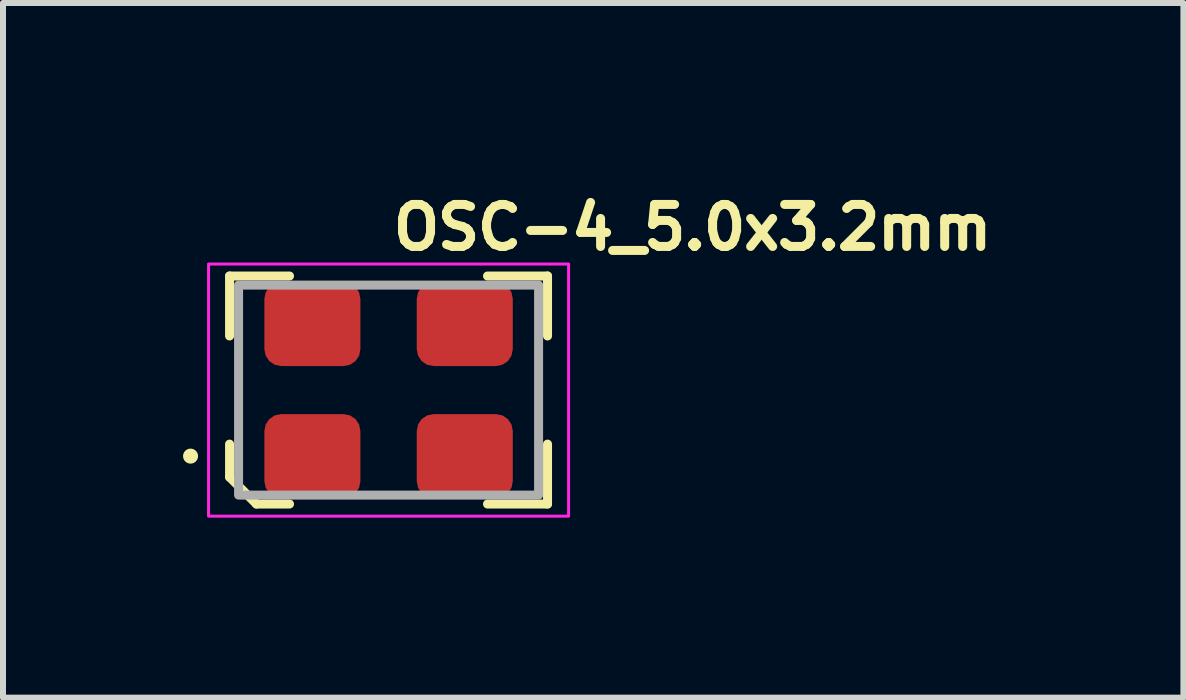
<source format=kicad_pcb>
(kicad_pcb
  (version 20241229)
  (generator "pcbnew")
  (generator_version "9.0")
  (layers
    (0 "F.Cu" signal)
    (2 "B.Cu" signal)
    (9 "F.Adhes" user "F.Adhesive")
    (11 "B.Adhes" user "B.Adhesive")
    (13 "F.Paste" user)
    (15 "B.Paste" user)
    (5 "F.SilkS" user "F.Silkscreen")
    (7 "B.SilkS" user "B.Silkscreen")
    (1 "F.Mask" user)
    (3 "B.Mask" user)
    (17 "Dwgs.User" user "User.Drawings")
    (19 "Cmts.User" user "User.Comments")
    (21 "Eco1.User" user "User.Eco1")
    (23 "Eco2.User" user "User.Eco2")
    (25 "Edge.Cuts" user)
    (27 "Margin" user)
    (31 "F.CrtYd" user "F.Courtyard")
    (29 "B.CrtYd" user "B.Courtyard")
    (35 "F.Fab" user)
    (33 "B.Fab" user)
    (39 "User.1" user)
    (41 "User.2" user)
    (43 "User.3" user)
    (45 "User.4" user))
  (footprint "OSC-4_5.0x3.2mm"
    (layer "F.Cu")
    (at 3.425 3.45)
    (property "Reference" "OSC-4_5.0x3.2mm" (at 0 -2.3 0) (unlocked yes) (layer "F.SilkS") (effects (font (size 0.7 0.7) (thickness 0.15)) (justify left bottom)))
    (attr smd)
    (fp_line (start -2.65 -1.901) (end -2.65 -0.902) (stroke (width 0.15) (type solid)) (layer "F.SilkS"))
    (fp_line (start -2.65 -1.901) (end -1.651 -1.901) (stroke (width 0.15) (type solid)) (layer "F.SilkS"))
    (fp_line (start -2.65 1.449) (end -2.65 0.9) (stroke (width 0.15) (type solid)) (layer "F.SilkS"))
    (fp_line (start -2.202 1.898) (end -2.65 1.449) (stroke (width 0.15) (type solid)) (layer "F.SilkS"))
    (fp_line (start -2.202 1.898) (end -1.651 1.898) (stroke (width 0.15) (type solid)) (layer "F.SilkS"))
    (fp_line (start 2.648 -1.901) (end 1.648 -1.901) (stroke (width 0.15) (type solid)) (layer "F.SilkS"))
    (fp_line (start 2.648 -1.901) (end 2.648 -0.902) (stroke (width 0.15) (type solid)) (layer "F.SilkS"))
    (fp_line (start 2.648 1.898) (end 1.648 1.898) (stroke (width 0.15) (type solid)) (layer "F.SilkS"))
    (fp_line (start 2.648 1.898) (end 2.648 0.9) (stroke (width 0.15) (type solid)) (layer "F.SilkS"))
    (fp_circle (center -3.3 1.1) (end -3.25 1.1) (stroke (width 0.15) (type solid)) (fill yes) (layer "F.SilkS"))
    (fp_rect (start -3 -2.101) (end 2.999 2.1) (stroke (width 0.05) (type solid)) (fill no) (layer "F.CrtYd"))
    (fp_rect (start -2.5 -1.75) (end 2.499 1.749) (stroke (width 0.15) (type solid)) (fill no) (layer "F.Fab"))
    (fp_rect (start -2.5 -1.601) (end 2.499 1.6) (stroke (width 0.1) (type solid)) (fill no) (layer "User.5"))
    (fp_line (start -2.5 -1.476) (end -2.5 1.475) (stroke (width 0.02) (type solid)) (layer "User.9"))
    (fp_line (start -2.5 1.475) (end -2.495 1.475) (stroke (width 0.02) (type solid)) (layer "User.9"))
    (fp_line (start -2.495 -1.476) (end -2.5 -1.476) (stroke (width 0.02) (type solid)) (layer "User.9"))
    (fp_line (start -2.495 1.475) (end -2.488 1.475) (stroke (width 0.02) (type solid)) (layer "User.9"))
    (fp_line (start -2.488 -1.476) (end -2.495 -1.476) (stroke (width 0.02) (type solid)) (layer "User.9"))
    (fp_line (start -2.488 1.475) (end -2.483 1.475) (stroke (width 0.02) (type solid)) (layer "User.9"))
    (fp_line (start -2.483 -1.478) (end -2.488 -1.476) (stroke (width 0.02) (type solid)) (layer "User.9"))
    (fp_line (start -2.483 1.475) (end -2.476 1.477) (stroke (width 0.02) (type solid)) (layer "User.9"))
    (fp_line (start -2.476 -1.478) (end -2.483 -1.478) (stroke (width 0.02) (type solid)) (layer "User.9"))
    (fp_line (start -2.476 1.477) (end -2.471 1.477) (stroke (width 0.02) (type solid)) (layer "User.9"))
    (fp_line (start -2.471 -1.48) (end -2.476 -1.478) (stroke (width 0.02) (type solid)) (layer "User.9"))
    (fp_line (start -2.471 1.477) (end -2.464 1.479) (stroke (width 0.02) (type solid)) (layer "User.9"))
    (fp_line (start -2.464 -1.482) (end -2.471 -1.48) (stroke (width 0.02) (type solid)) (layer "User.9"))
    (fp_line (start -2.464 1.479) (end -2.459 1.481) (stroke (width 0.02) (type solid)) (layer "User.9"))
    (fp_line (start -2.459 -1.484) (end -2.464 -1.482) (stroke (width 0.02) (type solid)) (layer "User.9"))
    (fp_line (start -2.459 1.481) (end -2.453 1.483) (stroke (width 0.02) (type solid)) (layer "User.9"))
    (fp_line (start -2.453 -1.486) (end -2.459 -1.484) (stroke (width 0.02) (type solid)) (layer "User.9"))
    (fp_line (start -2.453 1.483) (end -2.448 1.485) (stroke (width 0.02) (type solid)) (layer "User.9"))
    (fp_line (start -2.448 -1.488) (end -2.453 -1.486) (stroke (width 0.02) (type solid)) (layer "User.9"))
    (fp_line (start -2.448 1.485) (end -2.443 1.489) (stroke (width 0.02) (type solid)) (layer "User.9"))
    (fp_line (start -2.443 -1.49) (end -2.448 -1.488) (stroke (width 0.02) (type solid)) (layer "User.9"))
    (fp_line (start -2.443 1.489) (end -2.436 1.491) (stroke (width 0.02) (type solid)) (layer "User.9"))
    (fp_line (start -2.436 -1.494) (end -2.443 -1.49) (stroke (width 0.02) (type solid)) (layer "User.9"))
    (fp_line (start -2.436 1.491) (end -2.431 1.495) (stroke (width 0.02) (type solid)) (layer "User.9"))
    (fp_line (start -2.431 -1.498) (end -2.436 -1.494) (stroke (width 0.02) (type solid)) (layer "User.9"))
    (fp_line (start -2.431 1.495) (end -2.427 1.499) (stroke (width 0.02) (type solid)) (layer "User.9"))
    (fp_line (start -2.427 -1.5) (end -2.431 -1.498) (stroke (width 0.02) (type solid)) (layer "User.9"))
    (fp_line (start -2.427 1.499) (end -2.422 1.503) (stroke (width 0.02) (type solid)) (layer "User.9"))
    (fp_line (start -2.426 -1.408) (end -2.426 -1.403) (stroke (width 0.02) (type solid)) (layer "User.9"))
    (fp_line (start -2.426 -1.403) (end -2.426 -1.395) (stroke (width 0.02) (type solid)) (layer "User.9"))
    (fp_line (start -2.426 -1.395) (end -2.426 1.398) (stroke (width 0.02) (type solid)) (layer "User.9"))
    (fp_line (start -2.426 1.398) (end -2.426 1.406) (stroke (width 0.02) (type solid)) (layer "User.9"))
    (fp_line (start -2.426 1.406) (end -2.426 1.411) (stroke (width 0.02) (type solid)) (layer "User.9"))
    (fp_line (start -2.426 1.411) (end -2.424 1.417) (stroke (width 0.02) (type solid)) (layer "User.9"))
    (fp_line (start -2.424 -1.414) (end -2.426 -1.408) (stroke (width 0.02) (type solid)) (layer "User.9"))
    (fp_line (start -2.424 1.417) (end -2.423 1.423) (stroke (width 0.02) (type solid)) (layer "User.9"))
    (fp_line (start -2.423 -1.426) (end -2.423 -1.42) (stroke (width 0.02) (type solid)) (layer "User.9"))
    (fp_line (start -2.423 -1.42) (end -2.424 -1.414) (stroke (width 0.02) (type solid)) (layer "User.9"))
    (fp_line (start -2.423 1.423) (end -2.423 1.429) (stroke (width 0.02) (type solid)) (layer "User.9"))
    (fp_line (start -2.423 1.429) (end -2.42 1.435) (stroke (width 0.02) (type solid)) (layer "User.9"))
    (fp_line (start -2.422 -1.504) (end -2.427 -1.5) (stroke (width 0.02) (type solid)) (layer "User.9"))
    (fp_line (start -2.422 1.503) (end -2.418 1.507) (stroke (width 0.02) (type solid)) (layer "User.9"))
    (fp_line (start -2.42 -1.432) (end -2.423 -1.426) (stroke (width 0.02) (type solid)) (layer "User.9"))
    (fp_line (start -2.42 1.435) (end -2.419 1.441) (stroke (width 0.02) (type solid)) (layer "User.9"))
    (fp_line (start -2.419 -1.438) (end -2.42 -1.432) (stroke (width 0.02) (type solid)) (layer "User.9"))
    (fp_line (start -2.419 1.441) (end -2.416 1.447) (stroke (width 0.02) (type solid)) (layer "User.9"))
    (fp_line (start -2.418 -1.508) (end -2.422 -1.504) (stroke (width 0.02) (type solid)) (layer "User.9"))
    (fp_line (start -2.418 1.507) (end -2.412 1.511) (stroke (width 0.02) (type solid)) (layer "User.9"))
    (fp_line (start -2.416 -1.444) (end -2.419 -1.438) (stroke (width 0.02) (type solid)) (layer "User.9"))
    (fp_line (start -2.416 1.447) (end -2.415 1.453) (stroke (width 0.02) (type solid)) (layer "User.9"))
    (fp_line (start -2.415 -1.45) (end -2.416 -1.444) (stroke (width 0.02) (type solid)) (layer "User.9"))
    (fp_line (start -2.415 1.453) (end -2.411 1.457) (stroke (width 0.02) (type solid)) (layer "User.9"))
    (fp_line (start -2.412 -1.512) (end -2.418 -1.508) (stroke (width 0.02) (type solid)) (layer "User.9"))
    (fp_line (start -2.412 -1.512) (end -2.412 -1.512) (stroke (width 0.02) (type solid)) (layer "User.9"))
    (fp_line (start -2.412 1.511) (end -2.412 1.511) (stroke (width 0.02) (type solid)) (layer "User.9"))
    (fp_line (start -2.412 1.511) (end -2.408 1.515) (stroke (width 0.02) (type solid)) (layer "User.9"))
    (fp_line (start -2.411 -1.454) (end -2.415 -1.45) (stroke (width 0.02) (type solid)) (layer "User.9"))
    (fp_line (start -2.411 1.457) (end -2.408 1.463) (stroke (width 0.02) (type solid)) (layer "User.9"))
    (fp_line (start -2.408 -1.518) (end -2.412 -1.512) (stroke (width 0.02) (type solid)) (layer "User.9"))
    (fp_line (start -2.408 -1.46) (end -2.411 -1.454) (stroke (width 0.02) (type solid)) (layer "User.9"))
    (fp_line (start -2.408 1.463) (end -2.404 1.469) (stroke (width 0.02) (type solid)) (layer "User.9"))
    (fp_line (start -2.408 1.515) (end -2.404 1.519) (stroke (width 0.02) (type solid)) (layer "User.9"))
    (fp_line (start -2.404 -1.522) (end -2.408 -1.518) (stroke (width 0.02) (type solid)) (layer "User.9"))
    (fp_line (start -2.404 -1.466) (end -2.408 -1.46) (stroke (width 0.02) (type solid)) (layer "User.9"))
    (fp_line (start -2.404 1.469) (end -2.402 1.473) (stroke (width 0.02) (type solid)) (layer "User.9"))
    (fp_line (start -2.404 1.519) (end -2.4 1.525) (stroke (width 0.02) (type solid)) (layer "User.9"))
    (fp_line (start -2.402 -1.47) (end -2.404 -1.466) (stroke (width 0.02) (type solid)) (layer "User.9"))
    (fp_line (start -2.402 1.473) (end -2.398 1.479) (stroke (width 0.02) (type solid)) (layer "User.9"))
    (fp_line (start -2.4 -1.526) (end -2.404 -1.522) (stroke (width 0.02) (type solid)) (layer "User.9"))
    (fp_line (start -2.4 1.525) (end -2.398 1.529) (stroke (width 0.02) (type solid)) (layer "User.9"))
    (fp_line (start -2.398 -1.532) (end -2.4 -1.526) (stroke (width 0.02) (type solid)) (layer "User.9"))
    (fp_line (start -2.398 -1.476) (end -2.402 -1.47) (stroke (width 0.02) (type solid)) (layer "User.9"))
    (fp_line (start -2.398 1.479) (end -2.394 1.483) (stroke (width 0.02) (type solid)) (layer "User.9"))
    (fp_line (start -2.398 1.529) (end -2.394 1.535) (stroke (width 0.02) (type solid)) (layer "User.9"))
    (fp_line (start -2.394 -1.536) (end -2.398 -1.532) (stroke (width 0.02) (type solid)) (layer "User.9"))
    (fp_line (start -2.394 -1.48) (end -2.398 -1.476) (stroke (width 0.02) (type solid)) (layer "User.9"))
    (fp_line (start -2.394 1.483) (end -2.39 1.487) (stroke (width 0.02) (type solid)) (layer "User.9"))
    (fp_line (start -2.394 1.535) (end -2.391 1.54) (stroke (width 0.02) (type solid)) (layer "User.9"))
    (fp_line (start -2.391 -1.543) (end -2.394 -1.536) (stroke (width 0.02) (type solid)) (layer "User.9"))
    (fp_line (start -2.391 1.54) (end -2.387 1.546) (stroke (width 0.02) (type solid)) (layer "User.9"))
    (fp_line (start -2.39 -1.484) (end -2.394 -1.48) (stroke (width 0.02) (type solid)) (layer "User.9"))
    (fp_line (start -2.39 -1.484) (end -2.39 -1.484) (stroke (width 0.02) (type solid)) (layer "User.9"))
    (fp_line (start -2.39 1.487) (end -2.39 1.487) (stroke (width 0.02) (type solid)) (layer "User.9"))
    (fp_line (start -2.39 1.487) (end -2.384 1.491) (stroke (width 0.02) (type solid)) (layer "User.9"))
    (fp_line (start -2.387 -1.547) (end -2.391 -1.543) (stroke (width 0.02) (type solid)) (layer "User.9"))
    (fp_line (start -2.387 1.546) (end -2.386 1.552) (stroke (width 0.02) (type solid)) (layer "User.9"))
    (fp_line (start -2.386 -1.553) (end -2.387 -1.547) (stroke (width 0.02) (type solid)) (layer "User.9"))
    (fp_line (start -2.386 1.552) (end -2.383 1.556) (stroke (width 0.02) (type solid)) (layer "User.9"))
    (fp_line (start -2.384 -1.488) (end -2.39 -1.484) (stroke (width 0.02) (type solid)) (layer "User.9"))
    (fp_line (start -2.384 1.491) (end -2.38 1.495) (stroke (width 0.02) (type solid)) (layer "User.9"))
    (fp_line (start -2.383 -1.559) (end -2.386 -1.553) (stroke (width 0.02) (type solid)) (layer "User.9"))
    (fp_line (start -2.383 1.556) (end -2.382 1.562) (stroke (width 0.02) (type solid)) (layer "User.9"))
    (fp_line (start -2.382 -1.565) (end -2.383 -1.559) (stroke (width 0.02) (type solid)) (layer "User.9"))
    (fp_line (start -2.382 1.562) (end -2.379 1.568) (stroke (width 0.02) (type solid)) (layer "User.9"))
    (fp_line (start -2.38 -1.492) (end -2.384 -1.488) (stroke (width 0.02) (type solid)) (layer "User.9"))
    (fp_line (start -2.38 1.495) (end -2.375 1.499) (stroke (width 0.02) (type solid)) (layer "User.9"))
    (fp_line (start -2.379 -1.577) (end -2.379 -1.571) (stroke (width 0.02) (type solid)) (layer "User.9"))
    (fp_line (start -2.379 -1.571) (end -2.382 -1.565) (stroke (width 0.02) (type solid)) (layer "User.9"))
    (fp_line (start -2.379 1.568) (end -2.379 1.574) (stroke (width 0.02) (type solid)) (layer "User.9"))
    (fp_line (start -2.379 1.574) (end -2.378 1.58) (stroke (width 0.02) (type solid)) (layer "User.9"))
    (fp_line (start -2.378 -1.583) (end -2.379 -1.577) (stroke (width 0.02) (type solid)) (layer "User.9"))
    (fp_line (start -2.378 1.58) (end -2.376 1.586) (stroke (width 0.02) (type solid)) (layer "User.9"))
    (fp_line (start -2.376 -1.595) (end -2.376 -1.589) (stroke (width 0.02) (type solid)) (layer "User.9"))
    (fp_line (start -2.376 -1.589) (end -2.378 -1.583) (stroke (width 0.02) (type solid)) (layer "User.9"))
    (fp_line (start -2.376 1.586) (end -2.376 1.592) (stroke (width 0.02) (type solid)) (layer "User.9"))
    (fp_line (start -2.376 1.592) (end -2.375 1.6) (stroke (width 0.02) (type solid)) (layer "User.9"))
    (fp_line (start -2.375 -1.601) (end -2.376 -1.595) (stroke (width 0.02) (type solid)) (layer "User.9"))
    (fp_line (start -2.375 -1.496) (end -2.38 -1.492) (stroke (width 0.02) (type solid)) (layer "User.9"))
    (fp_line (start -2.375 1.499) (end -2.371 1.503) (stroke (width 0.02) (type solid)) (layer "User.9"))
    (fp_line (start -2.375 1.6) (end -1.401 1.6) (stroke (width 0.02) (type solid)) (layer "User.9"))
    (fp_line (start -2.371 -1.5) (end -2.375 -1.496) (stroke (width 0.02) (type solid)) (layer "User.9"))
    (fp_line (start -2.371 1.503) (end -2.366 1.507) (stroke (width 0.02) (type solid)) (layer "User.9"))
    (fp_line (start -2.366 -1.504) (end -2.371 -1.5) (stroke (width 0.02) (type solid)) (layer "User.9"))
    (fp_line (start -2.366 1.507) (end -2.359 1.509) (stroke (width 0.02) (type solid)) (layer "User.9"))
    (fp_line (start -2.359 -1.506) (end -2.366 -1.504) (stroke (width 0.02) (type solid)) (layer "User.9"))
    (fp_line (start -2.359 1.509) (end -2.355 1.513) (stroke (width 0.02) (type solid)) (layer "User.9"))
    (fp_line (start -2.355 -1.51) (end -2.359 -1.506) (stroke (width 0.02) (type solid)) (layer "User.9"))
    (fp_line (start -2.355 1.513) (end -2.348 1.515) (stroke (width 0.02) (type solid)) (layer "User.9"))
    (fp_line (start -2.351 -1.339) (end -2.351 -1.333) (stroke (width 0.02) (type solid)) (layer "User.9"))
    (fp_line (start -2.351 -1.333) (end -2.351 -1.325) (stroke (width 0.02) (type solid)) (layer "User.9"))
    (fp_line (start -2.351 -1.325) (end -2.351 1.324) (stroke (width 0.02) (type solid)) (layer "User.9"))
    (fp_line (start -2.351 1.324) (end -2.351 1.33) (stroke (width 0.02) (type solid)) (layer "User.9"))
    (fp_line (start -2.351 1.33) (end -2.351 1.336) (stroke (width 0.02) (type solid)) (layer "User.9"))
    (fp_line (start -2.351 1.336) (end -2.35 1.342) (stroke (width 0.02) (type solid)) (layer "User.9"))
    (fp_line (start -2.35 -1.345) (end -2.351 -1.339) (stroke (width 0.02) (type solid)) (layer "User.9"))
    (fp_line (start -2.35 1.342) (end -2.348 1.348) (stroke (width 0.02) (type solid)) (layer "User.9"))
    (fp_line (start -2.348 -1.512) (end -2.355 -1.51) (stroke (width 0.02) (type solid)) (layer "User.9"))
    (fp_line (start -2.348 -1.351) (end -2.35 -1.345) (stroke (width 0.02) (type solid)) (layer "User.9"))
    (fp_line (start -2.348 1.348) (end -2.347 1.354) (stroke (width 0.02) (type solid)) (layer "User.9"))
    (fp_line (start -2.348 1.515) (end -2.343 1.517) (stroke (width 0.02) (type solid)) (layer "User.9"))
    (fp_line (start -2.347 -1.357) (end -2.348 -1.351) (stroke (width 0.02) (type solid)) (layer "User.9"))
    (fp_line (start -2.347 1.354) (end -2.346 1.36) (stroke (width 0.02) (type solid)) (layer "User.9"))
    (fp_line (start -2.346 -1.363) (end -2.347 -1.357) (stroke (width 0.02) (type solid)) (layer "User.9"))
    (fp_line (start -2.346 1.36) (end -2.343 1.366) (stroke (width 0.02) (type solid)) (layer "User.9"))
    (fp_line (start -2.343 -1.514) (end -2.348 -1.512) (stroke (width 0.02) (type solid)) (layer "User.9"))
    (fp_line (start -2.343 -1.369) (end -2.346 -1.363) (stroke (width 0.02) (type solid)) (layer "User.9"))
    (fp_line (start -2.343 1.366) (end -2.342 1.372) (stroke (width 0.02) (type solid)) (layer "User.9"))
    (fp_line (start -2.343 1.517) (end -2.338 1.519) (stroke (width 0.02) (type solid)) (layer "User.9"))
    (fp_line (start -2.342 -1.373) (end -2.343 -1.369) (stroke (width 0.02) (type solid)) (layer "User.9"))
    (fp_line (start -2.342 1.372) (end -2.339 1.378) (stroke (width 0.02) (type solid)) (layer "User.9"))
    (fp_line (start -2.339 -1.379) (end -2.342 -1.373) (stroke (width 0.02) (type solid)) (layer "User.9"))
    (fp_line (start -2.339 1.378) (end -2.336 1.382) (stroke (width 0.02) (type solid)) (layer "User.9"))
    (fp_line (start -2.338 -1.516) (end -2.343 -1.514) (stroke (width 0.02) (type solid)) (layer "User.9"))
    (fp_line (start -2.338 1.519) (end -2.331 1.521) (stroke (width 0.02) (type solid)) (layer "User.9"))
    (fp_line (start -2.336 -1.385) (end -2.339 -1.379) (stroke (width 0.02) (type solid)) (layer "User.9"))
    (fp_line (start -2.336 1.382) (end -2.334 1.388) (stroke (width 0.02) (type solid)) (layer "User.9"))
    (fp_line (start -2.334 -1.391) (end -2.336 -1.385) (stroke (width 0.02) (type solid)) (layer "User.9"))
    (fp_line (start -2.334 1.388) (end -2.33 1.394) (stroke (width 0.02) (type solid)) (layer "User.9"))
    (fp_line (start -2.331 -1.518) (end -2.338 -1.516) (stroke (width 0.02) (type solid)) (layer "User.9"))
    (fp_line (start -2.331 1.521) (end -2.326 1.521) (stroke (width 0.02) (type solid)) (layer "User.9"))
    (fp_line (start -2.33 -1.395) (end -2.334 -1.391) (stroke (width 0.02) (type solid)) (layer "User.9"))
    (fp_line (start -2.33 1.394) (end -2.327 1.398) (stroke (width 0.02) (type solid)) (layer "User.9"))
    (fp_line (start -2.327 -1.401) (end -2.33 -1.395) (stroke (width 0.02) (type solid)) (layer "User.9"))
    (fp_line (start -2.327 1.398) (end -2.323 1.404) (stroke (width 0.02) (type solid)) (layer "User.9"))
    (fp_line (start -2.326 -1.518) (end -2.331 -1.518) (stroke (width 0.02) (type solid)) (layer "User.9"))
    (fp_line (start -2.326 1.521) (end -2.319 1.523) (stroke (width 0.02) (type solid)) (layer "User.9"))
    (fp_line (start -2.323 -1.405) (end -2.327 -1.401) (stroke (width 0.02) (type solid)) (layer "User.9"))
    (fp_line (start -2.323 1.404) (end -2.319 1.407) (stroke (width 0.02) (type solid)) (layer "User.9"))
    (fp_line (start -2.319 -1.52) (end -2.326 -1.518) (stroke (width 0.02) (type solid)) (layer "User.9"))
    (fp_line (start -2.319 -1.41) (end -2.323 -1.405) (stroke (width 0.02) (type solid)) (layer "User.9"))
    (fp_line (start -2.319 1.407) (end -2.315 1.413) (stroke (width 0.02) (type solid)) (layer "User.9"))
    (fp_line (start -2.319 1.523) (end -2.314 1.523) (stroke (width 0.02) (type solid)) (layer "User.9"))
    (fp_line (start -2.315 -1.414) (end -2.319 -1.41) (stroke (width 0.02) (type solid)) (layer "User.9"))
    (fp_line (start -2.315 -1.414) (end -2.315 -1.414) (stroke (width 0.02) (type solid)) (layer "User.9"))
    (fp_line (start -2.315 1.413) (end -2.315 1.413) (stroke (width 0.02) (type solid)) (layer "User.9"))
    (fp_line (start -2.315 1.413) (end -2.31 1.417) (stroke (width 0.02) (type solid)) (layer "User.9"))
    (fp_line (start -2.314 -1.52) (end -2.319 -1.52) (stroke (width 0.02) (type solid)) (layer "User.9"))
    (fp_line (start -2.314 1.523) (end -2.307 1.523) (stroke (width 0.02) (type solid)) (layer "User.9"))
    (fp_line (start -2.31 -1.418) (end -2.315 -1.414) (stroke (width 0.02) (type solid)) (layer "User.9"))
    (fp_line (start -2.31 1.417) (end -2.306 1.421) (stroke (width 0.02) (type solid)) (layer "User.9"))
    (fp_line (start -2.307 -1.52) (end -2.314 -1.52) (stroke (width 0.02) (type solid)) (layer "User.9"))
    (fp_line (start -2.307 1.523) (end -2.301 1.523) (stroke (width 0.02) (type solid)) (layer "User.9"))
    (fp_line (start -2.306 -1.422) (end -2.31 -1.418) (stroke (width 0.02) (type solid)) (layer "User.9"))
    (fp_line (start -2.306 1.421) (end -2.301 1.425) (stroke (width 0.02) (type solid)) (layer "User.9"))
    (fp_line (start -2.301 -1.52) (end -2.307 -1.52) (stroke (width 0.02) (type solid)) (layer "User.9"))
    (fp_line (start -2.301 -1.426) (end -2.306 -1.422) (stroke (width 0.02) (type solid)) (layer "User.9"))
    (fp_line (start -2.301 1.425) (end -2.295 1.427) (stroke (width 0.02) (type solid)) (layer "User.9"))
    (fp_line (start -2.301 1.523) (end -1.381 1.523) (stroke (width 0.02) (type solid)) (layer "User.9"))
    (fp_line (start -2.295 -1.43) (end -2.301 -1.426) (stroke (width 0.02) (type solid)) (layer "User.9"))
    (fp_line (start -2.295 1.427) (end -2.29 1.431) (stroke (width 0.02) (type solid)) (layer "User.9"))
    (fp_line (start -2.29 -1.434) (end -2.295 -1.43) (stroke (width 0.02) (type solid)) (layer "User.9"))
    (fp_line (start -2.29 1.431) (end -2.285 1.435) (stroke (width 0.02) (type solid)) (layer "User.9"))
    (fp_line (start -2.285 -1.436) (end -2.29 -1.434) (stroke (width 0.02) (type solid)) (layer "User.9"))
    (fp_line (start -2.285 1.435) (end -2.279 1.437) (stroke (width 0.02) (type solid)) (layer "User.9"))
    (fp_line (start -2.279 -1.44) (end -2.285 -1.436) (stroke (width 0.02) (type solid)) (layer "User.9"))
    (fp_line (start -2.279 1.437) (end -2.274 1.439) (stroke (width 0.02) (type solid)) (layer "User.9"))
    (fp_line (start -2.274 -1.442) (end -2.279 -1.44) (stroke (width 0.02) (type solid)) (layer "User.9"))
    (fp_line (start -2.274 1.439) (end -2.269 1.441) (stroke (width 0.02) (type solid)) (layer "User.9"))
    (fp_line (start -2.269 -1.444) (end -2.274 -1.442) (stroke (width 0.02) (type solid)) (layer "User.9"))
    (fp_line (start -2.269 1.441) (end -2.262 1.443) (stroke (width 0.02) (type solid)) (layer "User.9"))
    (fp_line (start -2.262 -1.446) (end -2.269 -1.444) (stroke (width 0.02) (type solid)) (layer "User.9"))
    (fp_line (start -2.262 1.443) (end -2.257 1.445) (stroke (width 0.02) (type solid)) (layer "User.9"))
    (fp_line (start -2.257 -1.448) (end -2.262 -1.446) (stroke (width 0.02) (type solid)) (layer "User.9"))
    (fp_line (start -2.257 1.445) (end -2.25 1.447) (stroke (width 0.02) (type solid)) (layer "User.9"))
    (fp_line (start -2.25 -1.448) (end -2.257 -1.448) (stroke (width 0.02) (type solid)) (layer "User.9"))
    (fp_line (start -2.25 1.447) (end -2.245 1.447) (stroke (width 0.02) (type solid)) (layer "User.9"))
    (fp_line (start -2.245 -1.45) (end -2.25 -1.448) (stroke (width 0.02) (type solid)) (layer "User.9"))
    (fp_line (start -2.245 1.447) (end -2.238 1.449) (stroke (width 0.02) (type solid)) (layer "User.9"))
    (fp_line (start -2.238 -1.45) (end -2.245 -1.45) (stroke (width 0.02) (type solid)) (layer "User.9"))
    (fp_line (start -2.238 1.449) (end -2.233 1.449) (stroke (width 0.02) (type solid)) (layer "User.9"))
    (fp_line (start -2.233 -1.45) (end -2.238 -1.45) (stroke (width 0.02) (type solid)) (layer "User.9"))
    (fp_line (start -2.233 1.449) (end -2.226 1.449) (stroke (width 0.02) (type solid)) (layer "User.9"))
    (fp_line (start -2.226 -1.45) (end -2.233 -1.45) (stroke (width 0.02) (type solid)) (layer "User.9"))
    (fp_line (start -2.226 1.449) (end 2.225 1.449) (stroke (width 0.02) (type solid)) (layer "User.9"))
    (fp_line (start -1.43 0.343) (end -1.053 -0.452) (stroke (width 0.02) (type solid)) (layer "User.9"))
    (fp_line (start -1.401 -1.601) (end -2.375 -1.601) (stroke (width 0.02) (type solid)) (layer "User.9"))
    (fp_line (start -1.401 -1.601) (end -1.401 -1.595) (stroke (width 0.02) (type solid)) (layer "User.9"))
    (fp_line (start -1.401 -1.595) (end -1.401 -1.591) (stroke (width 0.02) (type solid)) (layer "User.9"))
    (fp_line (start -1.401 -1.591) (end -1.401 -1.585) (stroke (width 0.02) (type solid)) (layer "User.9"))
    (fp_line (start -1.401 -1.585) (end -1.399 -1.579) (stroke (width 0.02) (type solid)) (layer "User.9"))
    (fp_line (start -1.401 1.584) (end -1.401 1.59) (stroke (width 0.02) (type solid)) (layer "User.9"))
    (fp_line (start -1.401 1.59) (end -1.401 1.594) (stroke (width 0.02) (type solid)) (layer "User.9"))
    (fp_line (start -1.401 1.594) (end -1.401 1.6) (stroke (width 0.02) (type solid)) (layer "User.9"))
    (fp_line (start -1.399 -1.579) (end -1.399 -1.575) (stroke (width 0.02) (type solid)) (layer "User.9"))
    (fp_line (start -1.399 -1.575) (end -1.397 -1.569) (stroke (width 0.02) (type solid)) (layer "User.9"))
    (fp_line (start -1.399 1.57) (end -1.399 1.574) (stroke (width 0.02) (type solid)) (layer "User.9"))
    (fp_line (start -1.399 1.574) (end -1.399 1.58) (stroke (width 0.02) (type solid)) (layer "User.9"))
    (fp_line (start -1.399 1.58) (end -1.401 1.584) (stroke (width 0.02) (type solid)) (layer "User.9"))
    (fp_line (start -1.397 -1.569) (end -1.397 -1.565) (stroke (width 0.02) (type solid)) (layer "User.9"))
    (fp_line (start -1.397 -1.565) (end -1.395 -1.559) (stroke (width 0.02) (type solid)) (layer "User.9"))
    (fp_line (start -1.397 1.564) (end -1.399 1.57) (stroke (width 0.02) (type solid)) (layer "User.9"))
    (fp_line (start -1.395 -1.559) (end -1.393 -1.555) (stroke (width 0.02) (type solid)) (layer "User.9"))
    (fp_line (start -1.395 1.556) (end -1.395 1.56) (stroke (width 0.02) (type solid)) (layer "User.9"))
    (fp_line (start -1.395 1.56) (end -1.397 1.564) (stroke (width 0.02) (type solid)) (layer "User.9"))
    (fp_line (start -1.393 -1.555) (end -1.391 -1.549) (stroke (width 0.02) (type solid)) (layer "User.9"))
    (fp_line (start -1.393 1.55) (end -1.395 1.556) (stroke (width 0.02) (type solid)) (layer "User.9"))
    (fp_line (start -1.391 -1.549) (end -1.389 -1.545) (stroke (width 0.02) (type solid)) (layer "User.9"))
    (fp_line (start -1.391 1.546) (end -1.393 1.55) (stroke (width 0.02) (type solid)) (layer "User.9"))
    (fp_line (start -1.389 -1.545) (end -1.387 -1.539) (stroke (width 0.02) (type solid)) (layer "User.9"))
    (fp_line (start -1.389 1.542) (end -1.391 1.546) (stroke (width 0.02) (type solid)) (layer "User.9"))
    (fp_line (start -1.387 -1.539) (end -1.385 -1.534) (stroke (width 0.02) (type solid)) (layer "User.9"))
    (fp_line (start -1.387 1.538) (end -1.389 1.542) (stroke (width 0.02) (type solid)) (layer "User.9"))
    (fp_line (start -1.385 -1.534) (end -1.383 -1.53) (stroke (width 0.02) (type solid)) (layer "User.9"))
    (fp_line (start -1.385 1.533) (end -1.387 1.538) (stroke (width 0.02) (type solid)) (layer "User.9"))
    (fp_line (start -1.383 -1.53) (end -1.381 -1.526) (stroke (width 0.02) (type solid)) (layer "User.9"))
    (fp_line (start -1.383 1.529) (end -1.385 1.533) (stroke (width 0.02) (type solid)) (layer "User.9"))
    (fp_line (start -1.381 -1.526) (end -1.377 -1.52) (stroke (width 0.02) (type solid)) (layer "User.9"))
    (fp_line (start -1.381 1.523) (end -1.383 1.529) (stroke (width 0.02) (type solid)) (layer "User.9"))
    (fp_line (start -1.377 -1.52) (end -2.301 -1.52) (stroke (width 0.02) (type solid)) (layer "User.9"))
    (fp_line (start -1.377 -1.52) (end -1.375 -1.516) (stroke (width 0.02) (type solid)) (layer "User.9"))
    (fp_line (start -1.375 -1.516) (end -1.373 -1.514) (stroke (width 0.02) (type solid)) (layer "User.9"))
    (fp_line (start -1.375 1.515) (end -1.381 1.523) (stroke (width 0.02) (type solid)) (layer "User.9"))
    (fp_line (start -1.373 -1.514) (end -1.369 -1.51) (stroke (width 0.02) (type solid)) (layer "User.9"))
    (fp_line (start -1.369 -1.51) (end -1.367 -1.506) (stroke (width 0.02) (type solid)) (layer "User.9"))
    (fp_line (start -1.369 1.507) (end -1.375 1.515) (stroke (width 0.02) (type solid)) (layer "User.9"))
    (fp_line (start -1.367 -1.506) (end -1.361 -1.498) (stroke (width 0.02) (type solid)) (layer "User.9"))
    (fp_line (start -1.363 1.499) (end -1.369 1.507) (stroke (width 0.02) (type solid)) (layer "User.9"))
    (fp_line (start -1.361 -1.498) (end -1.353 -1.492) (stroke (width 0.02) (type solid)) (layer "User.9"))
    (fp_line (start -1.357 1.493) (end -1.363 1.499) (stroke (width 0.02) (type solid)) (layer "User.9"))
    (fp_line (start -1.353 -1.492) (end -1.347 -1.486) (stroke (width 0.02) (type solid)) (layer "User.9"))
    (fp_line (start -1.351 0.343) (end -1.43 0.343) (stroke (width 0.02) (type solid)) (layer "User.9"))
    (fp_line (start -1.349 1.487) (end -1.357 1.493) (stroke (width 0.02) (type solid)) (layer "User.9"))
    (fp_line (start -1.347 -1.486) (end -1.339 -1.48) (stroke (width 0.02) (type solid)) (layer "User.9"))
    (fp_line (start -1.343 1.479) (end -1.349 1.487) (stroke (width 0.02) (type solid)) (layer "User.9"))
    (fp_line (start -1.339 -1.48) (end -1.331 -1.474) (stroke (width 0.02) (type solid)) (layer "User.9"))
    (fp_line (start -1.335 1.475) (end -1.343 1.479) (stroke (width 0.02) (type solid)) (layer "User.9"))
    (fp_line (start -1.331 -1.474) (end -1.323 -1.47) (stroke (width 0.02) (type solid)) (layer "User.9"))
    (fp_line (start -1.325 1.469) (end -1.335 1.475) (stroke (width 0.02) (type solid)) (layer "User.9"))
    (fp_line (start -1.323 -1.47) (end -1.315 -1.466) (stroke (width 0.02) (type solid)) (layer "User.9"))
    (fp_line (start -1.317 1.465) (end -1.325 1.469) (stroke (width 0.02) (type solid)) (layer "User.9"))
    (fp_line (start -1.315 -1.466) (end -1.307 -1.462) (stroke (width 0.02) (type solid)) (layer "User.9"))
    (fp_line (start -1.309 1.461) (end -1.317 1.465) (stroke (width 0.02) (type solid)) (layer "User.9"))
    (fp_line (start -1.307 -1.462) (end -1.297 -1.458) (stroke (width 0.02) (type solid)) (layer "User.9"))
    (fp_line (start -1.299 1.457) (end -1.309 1.461) (stroke (width 0.02) (type solid)) (layer "User.9"))
    (fp_line (start -1.297 -1.458) (end -1.289 -1.456) (stroke (width 0.02) (type solid)) (layer "User.9"))
    (fp_line (start -1.291 1.455) (end -1.299 1.457) (stroke (width 0.02) (type solid)) (layer "User.9"))
    (fp_line (start -1.289 -1.456) (end -1.28 -1.454) (stroke (width 0.02) (type solid)) (layer "User.9"))
    (fp_line (start -1.28 -1.454) (end -1.27 -1.452) (stroke (width 0.02) (type solid)) (layer "User.9"))
    (fp_line (start -1.28 1.451) (end -1.291 1.455) (stroke (width 0.02) (type solid)) (layer "User.9"))
    (fp_line (start -1.27 -1.452) (end -1.266 -1.452) (stroke (width 0.02) (type solid)) (layer "User.9"))
    (fp_line (start -1.27 1.451) (end -1.28 1.451) (stroke (width 0.02) (type solid)) (layer "User.9"))
    (fp_line (start -1.266 -1.452) (end -1.26 -1.452) (stroke (width 0.02) (type solid)) (layer "User.9"))
    (fp_line (start -1.26 -1.452) (end -1.256 -1.452) (stroke (width 0.02) (type solid)) (layer "User.9"))
    (fp_line (start -1.26 1.449) (end -1.27 1.451) (stroke (width 0.02) (type solid)) (layer "User.9"))
    (fp_line (start -1.256 -1.452) (end -1.25 -1.45) (stroke (width 0.02) (type solid)) (layer "User.9"))
    (fp_line (start -1.25 -1.45) (end -1.242 -1.452) (stroke (width 0.02) (type solid)) (layer "User.9"))
    (fp_line (start -1.25 1.449) (end -1.26 1.449) (stroke (width 0.02) (type solid)) (layer "User.9"))
    (fp_line (start -1.246 1.449) (end -1.25 1.449) (stroke (width 0.02) (type solid)) (layer "User.9"))
    (fp_line (start -1.242 -1.452) (end -1.232 -1.452) (stroke (width 0.02) (type solid)) (layer "User.9"))
    (fp_line (start -1.242 1.449) (end -1.246 1.449) (stroke (width 0.02) (type solid)) (layer "User.9"))
    (fp_line (start -1.236 1.449) (end -1.242 1.449) (stroke (width 0.02) (type solid)) (layer "User.9"))
    (fp_line (start -1.232 -1.452) (end -1.222 -1.454) (stroke (width 0.02) (type solid)) (layer "User.9"))
    (fp_line (start -1.232 0.088) (end -1.351 0.343) (stroke (width 0.02) (type solid)) (layer "User.9"))
    (fp_line (start -1.232 1.451) (end -1.236 1.449) (stroke (width 0.02) (type solid)) (layer "User.9"))
    (fp_line (start -1.226 1.451) (end -1.232 1.451) (stroke (width 0.02) (type solid)) (layer "User.9"))
    (fp_line (start -1.222 -1.454) (end -1.214 -1.456) (stroke (width 0.02) (type solid)) (layer "User.9"))
    (fp_line (start -1.222 1.451) (end -1.226 1.451) (stroke (width 0.02) (type solid)) (layer "User.9"))
    (fp_line (start -1.216 1.453) (end -1.222 1.451) (stroke (width 0.02) (type solid)) (layer "User.9"))
    (fp_line (start -1.214 -1.456) (end -1.204 -1.458) (stroke (width 0.02) (type solid)) (layer "User.9"))
    (fp_line (start -1.212 1.455) (end -1.216 1.453) (stroke (width 0.02) (type solid)) (layer "User.9"))
    (fp_line (start -1.208 1.455) (end -1.212 1.455) (stroke (width 0.02) (type solid)) (layer "User.9"))
    (fp_line (start -1.204 -1.458) (end -1.196 -1.462) (stroke (width 0.02) (type solid)) (layer "User.9"))
    (fp_line (start -1.202 1.457) (end -1.208 1.455) (stroke (width 0.02) (type solid)) (layer "User.9"))
    (fp_line (start -1.198 1.459) (end -1.202 1.457) (stroke (width 0.02) (type solid)) (layer "User.9"))
    (fp_line (start -1.196 -1.462) (end -1.186 -1.466) (stroke (width 0.02) (type solid)) (layer "User.9"))
    (fp_line (start -1.194 1.461) (end -1.198 1.459) (stroke (width 0.02) (type solid)) (layer "User.9"))
    (fp_line (start -1.192 0.007) (end -0.909 0.007) (stroke (width 0.02) (type solid)) (layer "User.9"))
    (fp_line (start -1.188 1.463) (end -1.194 1.461) (stroke (width 0.02) (type solid)) (layer "User.9"))
    (fp_line (start -1.186 -1.466) (end -1.178 -1.47) (stroke (width 0.02) (type solid)) (layer "User.9"))
    (fp_line (start -1.184 1.465) (end -1.188 1.463) (stroke (width 0.02) (type solid)) (layer "User.9"))
    (fp_line (start -1.18 1.467) (end -1.184 1.465) (stroke (width 0.02) (type solid)) (layer "User.9"))
    (fp_line (start -1.178 -1.47) (end -1.17 -1.474) (stroke (width 0.02) (type solid)) (layer "User.9"))
    (fp_line (start -1.176 1.469) (end -1.18 1.467) (stroke (width 0.02) (type solid)) (layer "User.9"))
    (fp_line (start -1.172 1.471) (end -1.176 1.469) (stroke (width 0.02) (type solid)) (layer "User.9"))
    (fp_line (start -1.17 -1.474) (end -1.162 -1.48) (stroke (width 0.02) (type solid)) (layer "User.9"))
    (fp_line (start -1.168 1.475) (end -1.172 1.471) (stroke (width 0.02) (type solid)) (layer "User.9"))
    (fp_line (start -1.164 1.477) (end -1.168 1.475) (stroke (width 0.02) (type solid)) (layer "User.9"))
    (fp_line (start -1.162 -1.48) (end -1.156 -1.486) (stroke (width 0.02) (type solid)) (layer "User.9"))
    (fp_line (start -1.16 1.479) (end -1.164 1.477) (stroke (width 0.02) (type solid)) (layer "User.9"))
    (fp_line (start -1.156 -1.486) (end -1.149 -1.492) (stroke (width 0.02) (type solid)) (layer "User.9"))
    (fp_line (start -1.156 1.483) (end -1.16 1.479) (stroke (width 0.02) (type solid)) (layer "User.9"))
    (fp_line (start -1.153 1.487) (end -1.156 1.483) (stroke (width 0.02) (type solid)) (layer "User.9"))
    (fp_line (start -1.149 -1.492) (end -1.141 -1.498) (stroke (width 0.02) (type solid)) (layer "User.9"))
    (fp_line (start -1.149 1.489) (end -1.153 1.487) (stroke (width 0.02) (type solid)) (layer "User.9"))
    (fp_line (start -1.145 1.493) (end -1.149 1.489) (stroke (width 0.02) (type solid)) (layer "User.9"))
    (fp_line (start -1.141 -1.498) (end -1.135 -1.506) (stroke (width 0.02) (type solid)) (layer "User.9"))
    (fp_line (start -1.141 1.497) (end -1.145 1.493) (stroke (width 0.02) (type solid)) (layer "User.9"))
    (fp_line (start -1.139 1.499) (end -1.141 1.497) (stroke (width 0.02) (type solid)) (layer "User.9"))
    (fp_line (start -1.135 -1.506) (end -1.129 -1.514) (stroke (width 0.02) (type solid)) (layer "User.9"))
    (fp_line (start -1.135 1.503) (end -1.139 1.499) (stroke (width 0.02) (type solid)) (layer "User.9"))
    (fp_line (start -1.133 1.507) (end -1.135 1.503) (stroke (width 0.02) (type solid)) (layer "User.9"))
    (fp_line (start -1.129 -1.514) (end -1.125 -1.52) (stroke (width 0.02) (type solid)) (layer "User.9"))
    (fp_line (start -1.129 1.511) (end -1.133 1.507) (stroke (width 0.02) (type solid)) (layer "User.9"))
    (fp_line (start -1.127 1.515) (end -1.129 1.511) (stroke (width 0.02) (type solid)) (layer "User.9"))
    (fp_line (start -1.125 -1.52) (end -1.121 -1.526) (stroke (width 0.02) (type solid)) (layer "User.9"))
    (fp_line (start -1.123 1.519) (end -1.127 1.515) (stroke (width 0.02) (type solid)) (layer "User.9"))
    (fp_line (start -1.121 -1.526) (end -1.119 -1.53) (stroke (width 0.02) (type solid)) (layer "User.9"))
    (fp_line (start -1.121 1.523) (end -1.123 1.519) (stroke (width 0.02) (type solid)) (layer "User.9"))
    (fp_line (start -1.121 1.523) (end 1.12 1.523) (stroke (width 0.02) (type solid)) (layer "User.9"))
    (fp_line (start -1.119 -1.53) (end -1.117 -1.534) (stroke (width 0.02) (type solid)) (layer "User.9"))
    (fp_line (start -1.119 1.529) (end -1.121 1.525) (stroke (width 0.02) (type solid)) (layer "User.9"))
    (fp_line (start -1.117 -1.534) (end -1.115 -1.539) (stroke (width 0.02) (type solid)) (layer "User.9"))
    (fp_line (start -1.117 1.533) (end -1.119 1.529) (stroke (width 0.02) (type solid)) (layer "User.9"))
    (fp_line (start -1.115 -1.539) (end -1.113 -1.545) (stroke (width 0.02) (type solid)) (layer "User.9"))
    (fp_line (start -1.115 1.538) (end -1.117 1.533) (stroke (width 0.02) (type solid)) (layer "User.9"))
    (fp_line (start -1.113 -1.545) (end -1.111 -1.549) (stroke (width 0.02) (type solid)) (layer "User.9"))
    (fp_line (start -1.113 1.542) (end -1.115 1.538) (stroke (width 0.02) (type solid)) (layer "User.9"))
    (fp_line (start -1.111 -1.549) (end -1.109 -1.555) (stroke (width 0.02) (type solid)) (layer "User.9"))
    (fp_line (start -1.111 1.546) (end -1.113 1.542) (stroke (width 0.02) (type solid)) (layer "User.9"))
    (fp_line (start -1.109 -1.555) (end -1.107 -1.559) (stroke (width 0.02) (type solid)) (layer "User.9"))
    (fp_line (start -1.109 1.55) (end -1.111 1.546) (stroke (width 0.02) (type solid)) (layer "User.9"))
    (fp_line (start -1.107 -1.559) (end -1.105 -1.565) (stroke (width 0.02) (type solid)) (layer "User.9"))
    (fp_line (start -1.107 1.556) (end -1.109 1.55) (stroke (width 0.02) (type solid)) (layer "User.9"))
    (fp_line (start -1.107 1.56) (end -1.107 1.556) (stroke (width 0.02) (type solid)) (layer "User.9"))
    (fp_line (start -1.105 -1.569) (end -1.103 -1.575) (stroke (width 0.02) (type solid)) (layer "User.9"))
    (fp_line (start -1.105 -1.565) (end -1.105 -1.569) (stroke (width 0.02) (type solid)) (layer "User.9"))
    (fp_line (start -1.105 1.564) (end -1.107 1.56) (stroke (width 0.02) (type solid)) (layer "User.9"))
    (fp_line (start -1.103 -1.579) (end -1.101 -1.585) (stroke (width 0.02) (type solid)) (layer "User.9"))
    (fp_line (start -1.103 -1.575) (end -1.103 -1.579) (stroke (width 0.02) (type solid)) (layer "User.9"))
    (fp_line (start -1.103 1.57) (end -1.105 1.564) (stroke (width 0.02) (type solid)) (layer "User.9"))
    (fp_line (start -1.103 1.574) (end -1.103 1.57) (stroke (width 0.02) (type solid)) (layer "User.9"))
    (fp_line (start -1.103 1.58) (end -1.103 1.574) (stroke (width 0.02) (type solid)) (layer "User.9"))
    (fp_line (start -1.101 -1.595) (end -1.101 -1.601) (stroke (width 0.02) (type solid)) (layer "User.9"))
    (fp_line (start -1.101 -1.591) (end -1.101 -1.595) (stroke (width 0.02) (type solid)) (layer "User.9"))
    (fp_line (start -1.101 -1.585) (end -1.101 -1.591) (stroke (width 0.02) (type solid)) (layer "User.9"))
    (fp_line (start -1.101 1.584) (end -1.103 1.58) (stroke (width 0.02) (type solid)) (layer "User.9"))
    (fp_line (start -1.101 1.59) (end -1.101 1.584) (stroke (width 0.02) (type solid)) (layer "User.9"))
    (fp_line (start -1.101 1.594) (end -1.101 1.59) (stroke (width 0.02) (type solid)) (layer "User.9"))
    (fp_line (start -1.101 1.6) (end -1.101 1.594) (stroke (width 0.02) (type solid)) (layer "User.9"))
    (fp_line (start -1.101 1.6) (end 1.1 1.6) (stroke (width 0.02) (type solid)) (layer "User.9"))
    (fp_line (start -1.053 -0.452) (end -1.043 -0.452) (stroke (width 0.02) (type solid)) (layer "User.9"))
    (fp_line (start -1.049 -0.296) (end -1.192 0.007) (stroke (width 0.02) (type solid)) (layer "User.9"))
    (fp_line (start -1.043 -0.452) (end -0.677 0.343) (stroke (width 0.02) (type solid)) (layer "User.9"))
    (fp_line (start -0.909 0.007) (end -1.049 -0.296) (stroke (width 0.02) (type solid)) (layer "User.9"))
    (fp_line (start -0.871 0.088) (end -1.232 0.088) (stroke (width 0.02) (type solid)) (layer "User.9"))
    (fp_line (start -0.754 0.343) (end -0.871 0.088) (stroke (width 0.02) (type solid)) (layer "User.9"))
    (fp_line (start -0.677 0.343) (end -0.754 0.343) (stroke (width 0.02) (type solid)) (layer "User.9"))
    (fp_line (start -0.615 0.189) (end -0.549 0.149) (stroke (width 0.02) (type solid)) (layer "User.9"))
    (fp_line (start -0.611 0.199) (end -0.615 0.189) (stroke (width 0.02) (type solid)) (layer "User.9"))
    (fp_line (start -0.606 0.207) (end -0.611 0.199) (stroke (width 0.02) (type solid)) (layer "User.9"))
    (fp_line (start -0.601 0.215) (end -0.606 0.207) (stroke (width 0.02) (type solid)) (layer "User.9"))
    (fp_line (start -0.596 0.224) (end -0.601 0.215) (stroke (width 0.02) (type solid)) (layer "User.9"))
    (fp_line (start -0.591 0.232) (end -0.596 0.224) (stroke (width 0.02) (type solid)) (layer "User.9"))
    (fp_line (start -0.585 0.239) (end -0.591 0.232) (stroke (width 0.02) (type solid)) (layer "User.9"))
    (fp_line (start -0.58 0.247) (end -0.585 0.239) (stroke (width 0.02) (type solid)) (layer "User.9"))
    (fp_line (start -0.575 0.256) (end -0.58 0.247) (stroke (width 0.02) (type solid)) (layer "User.9"))
    (fp_line (start -0.569 0.264) (end -0.575 0.256) (stroke (width 0.02) (type solid)) (layer "User.9"))
    (fp_line (start -0.565 -0.295) (end -0.564 -0.305) (stroke (width 0.02) (type solid)) (layer "User.9"))
    (fp_line (start -0.565 -0.287) (end -0.565 -0.295) (stroke (width 0.02) (type solid)) (layer "User.9"))
    (fp_line (start -0.565 -0.278) (end -0.565 -0.287) (stroke (width 0.02) (type solid)) (layer "User.9"))
    (fp_line (start -0.564 -0.305) (end -0.563 -0.314) (stroke (width 0.02) (type solid)) (layer "User.9"))
    (fp_line (start -0.564 -0.27) (end -0.565 -0.278) (stroke (width 0.02) (type solid)) (layer "User.9"))
    (fp_line (start -0.563 -0.314) (end -0.562 -0.324) (stroke (width 0.02) (type solid)) (layer "User.9"))
    (fp_line (start -0.563 -0.262) (end -0.564 -0.27) (stroke (width 0.02) (type solid)) (layer "User.9"))
    (fp_line (start -0.563 0.271) (end -0.569 0.264) (stroke (width 0.02) (type solid)) (layer "User.9"))
    (fp_line (start -0.562 -0.324) (end -0.56 -0.333) (stroke (width 0.02) (type solid)) (layer "User.9"))
    (fp_line (start -0.562 -0.253) (end -0.563 -0.262) (stroke (width 0.02) (type solid)) (layer "User.9"))
    (fp_line (start -0.56 -0.333) (end -0.557 -0.342) (stroke (width 0.02) (type solid)) (layer "User.9"))
    (fp_line (start -0.56 -0.245) (end -0.562 -0.253) (stroke (width 0.02) (type solid)) (layer "User.9"))
    (fp_line (start -0.558 -0.238) (end -0.56 -0.245) (stroke (width 0.02) (type solid)) (layer "User.9"))
    (fp_line (start -0.557 -0.342) (end -0.554 -0.35) (stroke (width 0.02) (type solid)) (layer "User.9"))
    (fp_line (start -0.556 -0.23) (end -0.558 -0.238) (stroke (width 0.02) (type solid)) (layer "User.9"))
    (fp_line (start -0.556 0.278) (end -0.563 0.271) (stroke (width 0.02) (type solid)) (layer "User.9"))
    (fp_line (start -0.554 -0.35) (end -0.551 -0.358) (stroke (width 0.02) (type solid)) (layer "User.9"))
    (fp_line (start -0.553 -0.222) (end -0.556 -0.23) (stroke (width 0.02) (type solid)) (layer "User.9"))
    (fp_line (start -0.551 -0.358) (end -0.547 -0.366) (stroke (width 0.02) (type solid)) (layer "User.9"))
    (fp_line (start -0.551 -0.214) (end -0.553 -0.222) (stroke (width 0.02) (type solid)) (layer "User.9"))
    (fp_line (start -0.55 0.285) (end -0.556 0.278) (stroke (width 0.02) (type solid)) (layer "User.9"))
    (fp_line (start -0.549 0.149) (end -0.542 0.162) (stroke (width 0.02) (type solid)) (layer "User.9"))
    (fp_line (start -0.547 -0.366) (end -0.543 -0.374) (stroke (width 0.02) (type solid)) (layer "User.9"))
    (fp_line (start -0.547 -0.208) (end -0.551 -0.214) (stroke (width 0.02) (type solid)) (layer "User.9"))
    (fp_line (start -0.544 -0.201) (end -0.547 -0.208) (stroke (width 0.02) (type solid)) (layer "User.9"))
    (fp_line (start -0.543 -0.374) (end -0.539 -0.382) (stroke (width 0.02) (type solid)) (layer "User.9"))
    (fp_line (start -0.543 0.291) (end -0.55 0.285) (stroke (width 0.02) (type solid)) (layer "User.9"))
    (fp_line (start -0.542 0.162) (end -0.534 0.174) (stroke (width 0.02) (type solid)) (layer "User.9"))
    (fp_line (start -0.54 -0.192) (end -0.544 -0.201) (stroke (width 0.02) (type solid)) (layer "User.9"))
    (fp_line (start -0.539 -0.382) (end -0.534 -0.39) (stroke (width 0.02) (type solid)) (layer "User.9"))
    (fp_line (start -0.536 -0.185) (end -0.54 -0.192) (stroke (width 0.02) (type solid)) (layer "User.9"))
    (fp_line (start -0.536 0.298) (end -0.543 0.291) (stroke (width 0.02) (type solid)) (layer "User.9"))
    (fp_line (start -0.534 -0.39) (end -0.528 -0.398) (stroke (width 0.02) (type solid)) (layer "User.9"))
    (fp_line (start -0.534 0.174) (end -0.526 0.185) (stroke (width 0.02) (type solid)) (layer "User.9"))
    (fp_line (start -0.531 -0.178) (end -0.536 -0.185) (stroke (width 0.02) (type solid)) (layer "User.9"))
    (fp_line (start -0.529 0.305) (end -0.536 0.298) (stroke (width 0.02) (type solid)) (layer "User.9"))
    (fp_line (start -0.528 -0.398) (end -0.523 -0.405) (stroke (width 0.02) (type solid)) (layer "User.9"))
    (fp_line (start -0.526 -0.173) (end -0.531 -0.178) (stroke (width 0.02) (type solid)) (layer "User.9"))
    (fp_line (start -0.526 0.185) (end -0.518 0.198) (stroke (width 0.02) (type solid)) (layer "User.9"))
    (fp_line (start -0.523 -0.405) (end -0.516 -0.412) (stroke (width 0.02) (type solid)) (layer "User.9"))
    (fp_line (start -0.521 -0.166) (end -0.526 -0.173) (stroke (width 0.02) (type solid)) (layer "User.9"))
    (fp_line (start -0.521 0.312) (end -0.529 0.305) (stroke (width 0.02) (type solid)) (layer "User.9"))
    (fp_line (start -0.521 0.312) (end -0.521 0.312) (stroke (width 0.02) (type solid)) (layer "User.9"))
    (fp_line (start -0.518 0.198) (end -0.508 0.208) (stroke (width 0.02) (type solid)) (layer "User.9"))
    (fp_line (start -0.516 -0.412) (end -0.509 -0.418) (stroke (width 0.02) (type solid)) (layer "User.9"))
    (fp_line (start -0.514 -0.157) (end -0.521 -0.166) (stroke (width 0.02) (type solid)) (layer "User.9"))
    (fp_line (start -0.512 0.318) (end -0.521 0.312) (stroke (width 0.02) (type solid)) (layer "User.9"))
    (fp_line (start -0.509 -0.418) (end -0.509 -0.418) (stroke (width 0.02) (type solid)) (layer "User.9"))
    (fp_line (start -0.509 -0.418) (end -0.501 -0.424) (stroke (width 0.02) (type solid)) (layer "User.9"))
    (fp_line (start -0.508 0.208) (end -0.498 0.219) (stroke (width 0.02) (type solid)) (layer "User.9"))
    (fp_line (start -0.505 -0.15) (end -0.514 -0.157) (stroke (width 0.02) (type solid)) (layer "User.9"))
    (fp_line (start -0.504 0.324) (end -0.512 0.318) (stroke (width 0.02) (type solid)) (layer "User.9"))
    (fp_line (start -0.501 -0.424) (end -0.493 -0.43) (stroke (width 0.02) (type solid)) (layer "User.9"))
    (fp_line (start -0.498 -0.143) (end -0.505 -0.15) (stroke (width 0.02) (type solid)) (layer "User.9"))
    (fp_line (start -0.498 0.219) (end -0.488 0.23) (stroke (width 0.02) (type solid)) (layer "User.9"))
    (fp_line (start -0.496 0.33) (end -0.504 0.324) (stroke (width 0.02) (type solid)) (layer "User.9"))
    (fp_line (start -0.493 -0.43) (end -0.485 -0.436) (stroke (width 0.02) (type solid)) (layer "User.9"))
    (fp_line (start -0.493 -0.3) (end -0.493 -0.295) (stroke (width 0.02) (type solid)) (layer "User.9"))
    (fp_line (start -0.493 -0.295) (end -0.493 -0.289) (stroke (width 0.02) (type solid)) (layer "User.9"))
    (fp_line (start -0.493 -0.289) (end -0.493 -0.283) (stroke (width 0.02) (type solid)) (layer "User.9"))
    (fp_line (start -0.493 -0.283) (end -0.492 -0.275) (stroke (width 0.02) (type solid)) (layer "User.9"))
    (fp_line (start -0.492 -0.306) (end -0.493 -0.3) (stroke (width 0.02) (type solid)) (layer "User.9"))
    (fp_line (start -0.492 -0.275) (end -0.491 -0.268) (stroke (width 0.02) (type solid)) (layer "User.9"))
    (fp_line (start -0.491 -0.311) (end -0.492 -0.306) (stroke (width 0.02) (type solid)) (layer "User.9"))
    (fp_line (start -0.491 -0.268) (end -0.489 -0.261) (stroke (width 0.02) (type solid)) (layer "User.9"))
    (fp_line (start -0.49 -0.136) (end -0.498 -0.143) (stroke (width 0.02) (type solid)) (layer "User.9"))
    (fp_line (start -0.489 -0.316) (end -0.491 -0.311) (stroke (width 0.02) (type solid)) (layer "User.9"))
    (fp_line (start -0.489 -0.261) (end -0.487 -0.253) (stroke (width 0.02) (type solid)) (layer "User.9"))
    (fp_line (start -0.488 -0.322) (end -0.489 -0.316) (stroke (width 0.02) (type solid)) (layer "User.9"))
    (fp_line (start -0.488 0.23) (end -0.478 0.239) (stroke (width 0.02) (type solid)) (layer "User.9"))
    (fp_line (start -0.487 -0.253) (end -0.484 -0.246) (stroke (width 0.02) (type solid)) (layer "User.9"))
    (fp_line (start -0.487 0.335) (end -0.496 0.33) (stroke (width 0.02) (type solid)) (layer "User.9"))
    (fp_line (start -0.486 -0.327) (end -0.488 -0.322) (stroke (width 0.02) (type solid)) (layer "User.9"))
    (fp_line (start -0.485 -0.436) (end -0.478 -0.441) (stroke (width 0.02) (type solid)) (layer "User.9"))
    (fp_line (start -0.484 -0.332) (end -0.486 -0.327) (stroke (width 0.02) (type solid)) (layer "User.9"))
    (fp_line (start -0.484 -0.246) (end -0.481 -0.24) (stroke (width 0.02) (type solid)) (layer "User.9"))
    (fp_line (start -0.482 -0.128) (end -0.49 -0.136) (stroke (width 0.02) (type solid)) (layer "User.9"))
    (fp_line (start -0.481 -0.337) (end -0.484 -0.332) (stroke (width 0.02) (type solid)) (layer "User.9"))
    (fp_line (start -0.481 -0.24) (end -0.479 -0.234) (stroke (width 0.02) (type solid)) (layer "User.9"))
    (fp_line (start -0.479 -0.341) (end -0.481 -0.337) (stroke (width 0.02) (type solid)) (layer "User.9"))
    (fp_line (start -0.479 -0.234) (end -0.475 -0.227) (stroke (width 0.02) (type solid)) (layer "User.9"))
    (fp_line (start -0.479 0.339) (end -0.487 0.335) (stroke (width 0.02) (type solid)) (layer "User.9"))
    (fp_line (start -0.478 -0.441) (end -0.47 -0.446) (stroke (width 0.02) (type solid)) (layer "User.9"))
    (fp_line (start -0.478 0.239) (end -0.467 0.248) (stroke (width 0.02) (type solid)) (layer "User.9"))
    (fp_line (start -0.476 -0.345) (end -0.479 -0.341) (stroke (width 0.02) (type solid)) (layer "User.9"))
    (fp_line (start -0.475 -0.227) (end -0.471 -0.22) (stroke (width 0.02) (type solid)) (layer "User.9"))
    (fp_line (start -0.475 -0.121) (end -0.482 -0.128) (stroke (width 0.02) (type solid)) (layer "User.9"))
    (fp_line (start -0.473 -0.35) (end -0.476 -0.345) (stroke (width 0.02) (type solid)) (layer "User.9"))
    (fp_line (start -0.471 -0.22) (end -0.467 -0.214) (stroke (width 0.02) (type solid)) (layer "User.9"))
    (fp_line (start -0.471 0.343) (end -0.479 0.339) (stroke (width 0.02) (type solid)) (layer "User.9"))
    (fp_line (start -0.47 -0.446) (end -0.462 -0.451) (stroke (width 0.02) (type solid)) (layer "User.9"))
    (fp_line (start -0.469 -0.353) (end -0.473 -0.35) (stroke (width 0.02) (type solid)) (layer "User.9"))
    (fp_line (start -0.467 -0.214) (end -0.462 -0.209) (stroke (width 0.02) (type solid)) (layer "User.9"))
    (fp_line (start -0.467 0.248) (end -0.456 0.257) (stroke (width 0.02) (type solid)) (layer "User.9"))
    (fp_line (start -0.466 -0.356) (end -0.469 -0.353) (stroke (width 0.02) (type solid)) (layer "User.9"))
    (fp_line (start -0.462 -0.451) (end -0.453 -0.455) (stroke (width 0.02) (type solid)) (layer "User.9"))
    (fp_line (start -0.462 -0.36) (end -0.466 -0.356) (stroke (width 0.02) (type solid)) (layer "User.9"))
    (fp_line (start -0.462 -0.209) (end -0.457 -0.203) (stroke (width 0.02) (type solid)) (layer "User.9"))
    (fp_line (start -0.462 0.347) (end -0.471 0.343) (stroke (width 0.02) (type solid)) (layer "User.9"))
    (fp_line (start -0.459 -0.108) (end -0.475 -0.121) (stroke (width 0.02) (type solid)) (layer "User.9"))
    (fp_line (start -0.458 -0.363) (end -0.462 -0.36) (stroke (width 0.02) (type solid)) (layer "User.9"))
    (fp_line (start -0.457 -0.203) (end -0.452 -0.198) (stroke (width 0.02) (type solid)) (layer "User.9"))
    (fp_line (start -0.456 0.257) (end -0.45 0.261) (stroke (width 0.02) (type solid)) (layer "User.9"))
    (fp_line (start -0.453 -0.455) (end -0.444 -0.459) (stroke (width 0.02) (type solid)) (layer "User.9"))
    (fp_line (start -0.453 -0.367) (end -0.458 -0.363) (stroke (width 0.02) (type solid)) (layer "User.9"))
    (fp_line (start -0.452 -0.198) (end -0.446 -0.192) (stroke (width 0.02) (type solid)) (layer "User.9"))
    (fp_line (start -0.452 0.351) (end -0.462 0.347) (stroke (width 0.02) (type solid)) (layer "User.9"))
    (fp_line (start -0.45 0.261) (end -0.442 0.264) (stroke (width 0.02) (type solid)) (layer "User.9"))
    (fp_line (start -0.448 -0.37) (end -0.453 -0.367) (stroke (width 0.02) (type solid)) (layer "User.9"))
    (fp_line (start -0.446 -0.192) (end -0.441 -0.187) (stroke (width 0.02) (type solid)) (layer "User.9"))
    (fp_line (start -0.444 -0.459) (end -0.435 -0.462) (stroke (width 0.02) (type solid)) (layer "User.9"))
    (fp_line (start -0.443 -0.373) (end -0.448 -0.37) (stroke (width 0.02) (type solid)) (layer "User.9"))
    (fp_line (start -0.442 0.264) (end -0.436 0.268) (stroke (width 0.02) (type solid)) (layer "User.9"))
    (fp_line (start -0.442 0.353) (end -0.452 0.351) (stroke (width 0.02) (type solid)) (layer "User.9"))
    (fp_line (start -0.441 -0.187) (end -0.428 -0.176) (stroke (width 0.02) (type solid)) (layer "User.9"))
    (fp_line (start -0.441 -0.095) (end -0.459 -0.108) (stroke (width 0.02) (type solid)) (layer "User.9"))
    (fp_line (start -0.439 -0.375) (end -0.443 -0.373) (stroke (width 0.02) (type solid)) (layer "User.9"))
    (fp_line (start -0.436 0.268) (end -0.43 0.27) (stroke (width 0.02) (type solid)) (layer "User.9"))
    (fp_line (start -0.435 -0.462) (end -0.426 -0.465) (stroke (width 0.02) (type solid)) (layer "User.9"))
    (fp_line (start -0.434 -0.378) (end -0.439 -0.375) (stroke (width 0.02) (type solid)) (layer "User.9"))
    (fp_line (start -0.433 0.355) (end -0.442 0.353) (stroke (width 0.02) (type solid)) (layer "User.9"))
    (fp_line (start -0.43 0.27) (end -0.423 0.273) (stroke (width 0.02) (type solid)) (layer "User.9"))
    (fp_line (start -0.429 -0.38) (end -0.434 -0.378) (stroke (width 0.02) (type solid)) (layer "User.9"))
    (fp_line (start -0.428 -0.176) (end -0.415 -0.167) (stroke (width 0.02) (type solid)) (layer "User.9"))
    (fp_line (start -0.426 -0.465) (end -0.417 -0.467) (stroke (width 0.02) (type solid)) (layer "User.9"))
    (fp_line (start -0.424 -0.382) (end -0.429 -0.38) (stroke (width 0.02) (type solid)) (layer "User.9"))
    (fp_line (start -0.424 -0.083) (end -0.441 -0.095) (stroke (width 0.02) (type solid)) (layer "User.9"))
    (fp_line (start -0.423 0.273) (end -0.417 0.275) (stroke (width 0.02) (type solid)) (layer "User.9"))
    (fp_line (start -0.423 0.357) (end -0.433 0.355) (stroke (width 0.02) (type solid)) (layer "User.9"))
    (fp_line (start -0.419 -0.384) (end -0.424 -0.382) (stroke (width 0.02) (type solid)) (layer "User.9"))
    (fp_line (start -0.417 -0.467) (end -0.408 -0.469) (stroke (width 0.02) (type solid)) (layer "User.9"))
    (fp_line (start -0.417 0.275) (end -0.411 0.277) (stroke (width 0.02) (type solid)) (layer "User.9"))
    (fp_line (start -0.415 -0.387) (end -0.419 -0.384) (stroke (width 0.02) (type solid)) (layer "User.9"))
    (fp_line (start -0.415 -0.167) (end -0.402 -0.156) (stroke (width 0.02) (type solid)) (layer "User.9"))
    (fp_line (start -0.415 0.359) (end -0.423 0.357) (stroke (width 0.02) (type solid)) (layer "User.9"))
    (fp_line (start -0.411 0.277) (end -0.404 0.279) (stroke (width 0.02) (type solid)) (layer "User.9"))
    (fp_line (start -0.409 -0.388) (end -0.415 -0.387) (stroke (width 0.02) (type solid)) (layer "User.9"))
    (fp_line (start -0.408 -0.469) (end -0.399 -0.47) (stroke (width 0.02) (type solid)) (layer "User.9"))
    (fp_line (start -0.405 0.361) (end -0.415 0.359) (stroke (width 0.02) (type solid)) (layer "User.9"))
    (fp_line (start -0.404 -0.389) (end -0.409 -0.388) (stroke (width 0.02) (type solid)) (layer "User.9"))
    (fp_line (start -0.404 0.279) (end -0.397 0.28) (stroke (width 0.02) (type solid)) (layer "User.9"))
    (fp_line (start -0.402 -0.156) (end -0.389 -0.146) (stroke (width 0.02) (type solid)) (layer "User.9"))
    (fp_line (start -0.399 -0.47) (end -0.389 -0.471) (stroke (width 0.02) (type solid)) (layer "User.9"))
    (fp_line (start -0.399 -0.39) (end -0.404 -0.389) (stroke (width 0.02) (type solid)) (layer "User.9"))
    (fp_line (start -0.397 0.28) (end -0.389 0.281) (stroke (width 0.02) (type solid)) (layer "User.9"))
    (fp_line (start -0.395 0.362) (end -0.405 0.361) (stroke (width 0.02) (type solid)) (layer "User.9"))
    (fp_line (start -0.394 -0.39) (end -0.399 -0.39) (stroke (width 0.02) (type solid)) (layer "User.9"))
    (fp_line (start -0.391 -0.058) (end -0.424 -0.083) (stroke (width 0.02) (type solid)) (layer "User.9"))
    (fp_line (start -0.389 -0.471) (end -0.379 -0.472) (stroke (width 0.02) (type solid)) (layer "User.9"))
    (fp_line (start -0.389 -0.146) (end -0.375 -0.137) (stroke (width 0.02) (type solid)) (layer "User.9"))
    (fp_line (start -0.389 0.281) (end -0.381 0.282) (stroke (width 0.02) (type solid)) (layer "User.9"))
    (fp_line (start -0.388 -0.391) (end -0.394 -0.39) (stroke (width 0.02) (type solid)) (layer "User.9"))
    (fp_line (start -0.384 0.362) (end -0.395 0.362) (stroke (width 0.02) (type solid)) (layer "User.9"))
    (fp_line (start -0.382 -0.391) (end -0.388 -0.391) (stroke (width 0.02) (type solid)) (layer "User.9"))
    (fp_line (start -0.381 0.282) (end -0.374 0.282) (stroke (width 0.02) (type solid)) (layer "User.9"))
    (fp_line (start -0.379 -0.472) (end -0.369 -0.472) (stroke (width 0.02) (type solid)) (layer "User.9"))
    (fp_line (start -0.377 -0.391) (end -0.382 -0.391) (stroke (width 0.02) (type solid)) (layer "User.9"))
    (fp_line (start -0.375 -0.137) (end -0.361 -0.127) (stroke (width 0.02) (type solid)) (layer "User.9"))
    (fp_line (start -0.374 0.282) (end -0.366 0.282) (stroke (width 0.02) (type solid)) (layer "User.9"))
    (fp_line (start -0.374 0.362) (end -0.384 0.362) (stroke (width 0.02) (type solid)) (layer "User.9"))
    (fp_line (start -0.37 -0.391) (end -0.377 -0.391) (stroke (width 0.02) (type solid)) (layer "User.9"))
    (fp_line (start -0.37 -0.044) (end -0.391 -0.058) (stroke (width 0.02) (type solid)) (layer "User.9"))
    (fp_line (start -0.369 -0.472) (end -0.36 -0.472) (stroke (width 0.02) (type solid)) (layer "User.9"))
    (fp_line (start -0.366 0.282) (end -0.358 0.281) (stroke (width 0.02) (type solid)) (layer "User.9"))
    (fp_line (start -0.364 -0.39) (end -0.37 -0.391) (stroke (width 0.02) (type solid)) (layer "User.9"))
    (fp_line (start -0.363 0.362) (end -0.374 0.362) (stroke (width 0.02) (type solid)) (layer "User.9"))
    (fp_line (start -0.361 -0.127) (end -0.349 -0.118) (stroke (width 0.02) (type solid)) (layer "User.9"))
    (fp_line (start -0.36 -0.472) (end -0.352 -0.471) (stroke (width 0.02) (type solid)) (layer "User.9"))
    (fp_line (start -0.358 -0.39) (end -0.364 -0.39) (stroke (width 0.02) (type solid)) (layer "User.9"))
    (fp_line (start -0.358 0.281) (end -0.351 0.281) (stroke (width 0.02) (type solid)) (layer "User.9"))
    (fp_line (start -0.352 -0.471) (end -0.346 -0.471) (stroke (width 0.02) (type solid)) (layer "User.9"))
    (fp_line (start -0.352 -0.389) (end -0.358 -0.39) (stroke (width 0.02) (type solid)) (layer "User.9"))
    (fp_line (start -0.352 -0.03) (end -0.37 -0.044) (stroke (width 0.02) (type solid)) (layer "User.9"))
    (fp_line (start -0.352 0.362) (end -0.363 0.362) (stroke (width 0.02) (type solid)) (layer "User.9"))
    (fp_line (start -0.351 0.281) (end -0.344 0.279) (stroke (width 0.02) (type solid)) (layer "User.9"))
    (fp_line (start -0.349 -0.118) (end -0.335 -0.108) (stroke (width 0.02) (type solid)) (layer "User.9"))
    (fp_line (start -0.347 -0.387) (end -0.352 -0.389) (stroke (width 0.02) (type solid)) (layer "User.9"))
    (fp_line (start -0.346 -0.471) (end -0.338 -0.47) (stroke (width 0.02) (type solid)) (layer "User.9"))
    (fp_line (start -0.344 0.279) (end -0.336 0.278) (stroke (width 0.02) (type solid)) (layer "User.9"))
    (fp_line (start -0.342 0.361) (end -0.352 0.362) (stroke (width 0.02) (type solid)) (layer "User.9"))
    (fp_line (start -0.341 -0.386) (end -0.347 -0.387) (stroke (width 0.02) (type solid)) (layer "User.9"))
    (fp_line (start -0.338 -0.47) (end -0.33 -0.468) (stroke (width 0.02) (type solid)) (layer "User.9"))
    (fp_line (start -0.336 0.278) (end -0.329 0.276) (stroke (width 0.02) (type solid)) (layer "User.9"))
    (fp_line (start -0.335 -0.383) (end -0.341 -0.386) (stroke (width 0.02) (type solid)) (layer "User.9"))
    (fp_line (start -0.335 -0.108) (end -0.317 -0.096) (stroke (width 0.02) (type solid)) (layer "User.9"))
    (fp_line (start -0.333 -0.014) (end -0.352 -0.03) (stroke (width 0.02) (type solid)) (layer "User.9"))
    (fp_line (start -0.331 0.359) (end -0.342 0.361) (stroke (width 0.02) (type solid)) (layer "User.9"))
    (fp_line (start -0.33 -0.468) (end -0.322 -0.467) (stroke (width 0.02) (type solid)) (layer "User.9"))
    (fp_line (start -0.329 -0.382) (end -0.335 -0.383) (stroke (width 0.02) (type solid)) (layer "User.9"))
    (fp_line (start -0.329 0.276) (end -0.322 0.274) (stroke (width 0.02) (type solid)) (layer "User.9"))
    (fp_line (start -0.324 -0.006) (end -0.333 -0.014) (stroke (width 0.02) (type solid)) (layer "User.9"))
    (fp_line (start -0.323 -0.379) (end -0.329 -0.382) (stroke (width 0.02) (type solid)) (layer "User.9"))
    (fp_line (start -0.322 -0.467) (end -0.314 -0.465) (stroke (width 0.02) (type solid)) (layer "User.9"))
    (fp_line (start -0.322 0.274) (end -0.314 0.272) (stroke (width 0.02) (type solid)) (layer "User.9"))
    (fp_line (start -0.32 0.357) (end -0.331 0.359) (stroke (width 0.02) (type solid)) (layer "User.9"))
    (fp_line (start -0.317 -0.377) (end -0.323 -0.379) (stroke (width 0.02) (type solid)) (layer "User.9"))
    (fp_line (start -0.317 -0.096) (end -0.301 -0.085) (stroke (width 0.02) (type solid)) (layer "User.9"))
    (fp_line (start -0.314 -0.465) (end -0.306 -0.463) (stroke (width 0.02) (type solid)) (layer "User.9"))
    (fp_line (start -0.314 0.001) (end -0.324 -0.006) (stroke (width 0.02) (type solid)) (layer "User.9"))
    (fp_line (start -0.314 0.272) (end -0.307 0.269) (stroke (width 0.02) (type solid)) (layer "User.9"))
    (fp_line (start -0.311 -0.374) (end -0.317 -0.377) (stroke (width 0.02) (type solid)) (layer "User.9"))
    (fp_line (start -0.309 0.354) (end -0.32 0.357) (stroke (width 0.02) (type solid)) (layer "User.9"))
    (fp_line (start -0.307 0.269) (end -0.3 0.266) (stroke (width 0.02) (type solid)) (layer "User.9"))
    (fp_line (start -0.306 -0.463) (end -0.299 -0.46) (stroke (width 0.02) (type solid)) (layer "User.9"))
    (fp_line (start -0.306 -0.371) (end -0.311 -0.374) (stroke (width 0.02) (type solid)) (layer "User.9"))
    (fp_line (start -0.305 0.009) (end -0.314 0.001) (stroke (width 0.02) (type solid)) (layer "User.9"))
    (fp_line (start -0.301 -0.368) (end -0.306 -0.371) (stroke (width 0.02) (type solid)) (layer "User.9"))
    (fp_line (start -0.301 -0.085) (end -0.286 -0.072) (stroke (width 0.02) (type solid)) (layer "User.9"))
    (fp_line (start -0.3 0.266) (end -0.293 0.263) (stroke (width 0.02) (type solid)) (layer "User.9"))
    (fp_line (start -0.299 -0.46) (end -0.292 -0.458) (stroke (width 0.02) (type solid)) (layer "User.9"))
    (fp_line (start -0.299 0.351) (end -0.309 0.354) (stroke (width 0.02) (type solid)) (layer "User.9"))
    (fp_line (start -0.296 0.017) (end -0.305 0.009) (stroke (width 0.02) (type solid)) (layer "User.9"))
    (fp_line (start -0.295 -0.365) (end -0.301 -0.368) (stroke (width 0.02) (type solid)) (layer "User.9"))
    (fp_line (start -0.293 0.263) (end -0.288 0.259) (stroke (width 0.02) (type solid)) (layer "User.9"))
    (fp_line (start -0.292 -0.458) (end -0.285 -0.455) (stroke (width 0.02) (type solid)) (layer "User.9"))
    (fp_line (start -0.29 -0.361) (end -0.295 -0.365) (stroke (width 0.02) (type solid)) (layer "User.9"))
    (fp_line (start -0.289 0.348) (end -0.299 0.351) (stroke (width 0.02) (type solid)) (layer "User.9"))
    (fp_line (start -0.288 0.025) (end -0.296 0.017) (stroke (width 0.02) (type solid)) (layer "User.9"))
    (fp_line (start -0.288 0.259) (end -0.281 0.254) (stroke (width 0.02) (type solid)) (layer "User.9"))
    (fp_line (start -0.286 -0.357) (end -0.29 -0.361) (stroke (width 0.02) (type solid)) (layer "User.9"))
    (fp_line (start -0.286 -0.357) (end -0.286 -0.357) (stroke (width 0.02) (type solid)) (layer "User.9"))
    (fp_line (start -0.286 -0.072) (end -0.271 -0.059) (stroke (width 0.02) (type solid)) (layer "User.9"))
    (fp_line (start -0.285 -0.455) (end -0.278 -0.451) (stroke (width 0.02) (type solid)) (layer "User.9"))
    (fp_line (start -0.281 0.254) (end -0.275 0.25) (stroke (width 0.02) (type solid)) (layer "User.9"))
    (fp_line (start -0.28 0.344) (end -0.289 0.348) (stroke (width 0.02) (type solid)) (layer "User.9"))
    (fp_line (start -0.279 0.034) (end -0.288 0.025) (stroke (width 0.02) (type solid)) (layer "User.9"))
    (fp_line (start -0.278 -0.451) (end -0.271 -0.447) (stroke (width 0.02) (type solid)) (layer "User.9"))
    (fp_line (start -0.277 -0.35) (end -0.286 -0.357) (stroke (width 0.02) (type solid)) (layer "User.9"))
    (fp_line (start -0.275 0.25) (end -0.269 0.246) (stroke (width 0.02) (type solid)) (layer "User.9"))
    (fp_line (start -0.271 -0.447) (end -0.264 -0.443) (stroke (width 0.02) (type solid)) (layer "User.9"))
    (fp_line (start -0.271 -0.059) (end -0.254 -0.045) (stroke (width 0.02) (type solid)) (layer "User.9"))
    (fp_line (start -0.271 0.042) (end -0.279 0.034) (stroke (width 0.02) (type solid)) (layer "User.9"))
    (fp_line (start -0.27 0.339) (end -0.28 0.344) (stroke (width 0.02) (type solid)) (layer "User.9"))
    (fp_line (start -0.269 -0.342) (end -0.277 -0.35) (stroke (width 0.02) (type solid)) (layer "User.9"))
    (fp_line (start -0.269 0.246) (end -0.262 0.241) (stroke (width 0.02) (type solid)) (layer "User.9"))
    (fp_line (start -0.264 -0.443) (end -0.256 -0.439) (stroke (width 0.02) (type solid)) (layer "User.9"))
    (fp_line (start -0.263 0.051) (end -0.271 0.042) (stroke (width 0.02) (type solid)) (layer "User.9"))
    (fp_line (start -0.262 0.241) (end -0.262 0.241) (stroke (width 0.02) (type solid)) (layer "User.9"))
    (fp_line (start -0.262 0.241) (end -0.256 0.237) (stroke (width 0.02) (type solid)) (layer "User.9"))
    (fp_line (start -0.261 -0.334) (end -0.269 -0.342) (stroke (width 0.02) (type solid)) (layer "User.9"))
    (fp_line (start -0.26 0.334) (end -0.27 0.339) (stroke (width 0.02) (type solid)) (layer "User.9"))
    (fp_line (start -0.256 -0.439) (end -0.249 -0.434) (stroke (width 0.02) (type solid)) (layer "User.9"))
    (fp_line (start -0.256 0.237) (end -0.252 0.232) (stroke (width 0.02) (type solid)) (layer "User.9"))
    (fp_line (start -0.254 -0.045) (end -0.24 -0.031) (stroke (width 0.02) (type solid)) (layer "User.9"))
    (fp_line (start -0.254 0.059) (end -0.263 0.051) (stroke (width 0.02) (type solid)) (layer "User.9"))
    (fp_line (start -0.252 -0.325) (end -0.261 -0.334) (stroke (width 0.02) (type solid)) (layer "User.9"))
    (fp_line (start -0.252 0.232) (end -0.247 0.227) (stroke (width 0.02) (type solid)) (layer "User.9"))
    (fp_line (start -0.25 0.329) (end -0.26 0.334) (stroke (width 0.02) (type solid)) (layer "User.9"))
    (fp_line (start -0.249 -0.434) (end -0.249 -0.434) (stroke (width 0.02) (type solid)) (layer "User.9"))
    (fp_line (start -0.249 -0.434) (end -0.243 -0.429) (stroke (width 0.02) (type solid)) (layer "User.9"))
    (fp_line (start -0.247 0.069) (end -0.254 0.059) (stroke (width 0.02) (type solid)) (layer "User.9"))
    (fp_line (start -0.247 0.227) (end -0.243 0.221) (stroke (width 0.02) (type solid)) (layer "User.9"))
    (fp_line (start -0.244 -0.316) (end -0.252 -0.325) (stroke (width 0.02) (type solid)) (layer "User.9"))
    (fp_line (start -0.243 -0.429) (end -0.237 -0.424) (stroke (width 0.02) (type solid)) (layer "User.9"))
    (fp_line (start -0.243 0.073) (end -0.247 0.069) (stroke (width 0.02) (type solid)) (layer "User.9"))
    (fp_line (start -0.243 0.221) (end -0.24 0.215) (stroke (width 0.02) (type solid)) (layer "User.9"))
    (fp_line (start -0.241 0.323) (end -0.25 0.329) (stroke (width 0.02) (type solid)) (layer "User.9"))
    (fp_line (start -0.24 -0.031) (end -0.226 -0.018) (stroke (width 0.02) (type solid)) (layer "User.9"))
    (fp_line (start -0.24 0.077) (end -0.243 0.073) (stroke (width 0.02) (type solid)) (layer "User.9"))
    (fp_line (start -0.24 0.215) (end -0.237 0.21) (stroke (width 0.02) (type solid)) (layer "User.9"))
    (fp_line (start -0.238 0.083) (end -0.24 0.077) (stroke (width 0.02) (type solid)) (layer "User.9"))
    (fp_line (start -0.237 -0.424) (end -0.231 -0.418) (stroke (width 0.02) (type solid)) (layer "User.9"))
    (fp_line (start -0.237 -0.307) (end -0.244 -0.316) (stroke (width 0.02) (type solid)) (layer "User.9"))
    (fp_line (start -0.237 0.21) (end -0.234 0.205) (stroke (width 0.02) (type solid)) (layer "User.9"))
    (fp_line (start -0.236 0.087) (end -0.238 0.083) (stroke (width 0.02) (type solid)) (layer "User.9"))
    (fp_line (start -0.234 0.205) (end -0.231 0.199) (stroke (width 0.02) (type solid)) (layer "User.9"))
    (fp_line (start -0.233 0.091) (end -0.236 0.087) (stroke (width 0.02) (type solid)) (layer "User.9"))
    (fp_line (start -0.233 0.315) (end -0.241 0.323) (stroke (width 0.02) (type solid)) (layer "User.9"))
    (fp_line (start -0.231 -0.418) (end -0.223 -0.414) (stroke (width 0.02) (type solid)) (layer "User.9"))
    (fp_line (start -0.231 0.097) (end -0.233 0.091) (stroke (width 0.02) (type solid)) (layer "User.9"))
    (fp_line (start -0.231 0.199) (end -0.228 0.193) (stroke (width 0.02) (type solid)) (layer "User.9"))
    (fp_line (start -0.23 -0.297) (end -0.237 -0.307) (stroke (width 0.02) (type solid)) (layer "User.9"))
    (fp_line (start -0.229 0.101) (end -0.231 0.097) (stroke (width 0.02) (type solid)) (layer "User.9"))
    (fp_line (start -0.228 0.193) (end -0.226 0.186) (stroke (width 0.02) (type solid)) (layer "User.9"))
    (fp_line (start -0.227 0.105) (end -0.229 0.101) (stroke (width 0.02) (type solid)) (layer "User.9"))
    (fp_line (start -0.226 -0.018) (end -0.211 -0.002) (stroke (width 0.02) (type solid)) (layer "User.9"))
    (fp_line (start -0.226 0.186) (end -0.223 0.18) (stroke (width 0.02) (type solid)) (layer "User.9"))
    (fp_line (start -0.224 0.11) (end -0.227 0.105) (stroke (width 0.02) (type solid)) (layer "User.9"))
    (fp_line (start -0.224 0.308) (end -0.233 0.315) (stroke (width 0.02) (type solid)) (layer "User.9"))
    (fp_line (start -0.223 -0.414) (end -0.217 -0.408) (stroke (width 0.02) (type solid)) (layer "User.9"))
    (fp_line (start -0.223 0.116) (end -0.224 0.11) (stroke (width 0.02) (type solid)) (layer "User.9"))
    (fp_line (start -0.223 0.18) (end -0.221 0.174) (stroke (width 0.02) (type solid)) (layer "User.9"))
    (fp_line (start -0.222 -0.289) (end -0.23 -0.297) (stroke (width 0.02) (type solid)) (layer "User.9"))
    (fp_line (start -0.222 0.12) (end -0.223 0.116) (stroke (width 0.02) (type solid)) (layer "User.9"))
    (fp_line (start -0.221 0.125) (end -0.222 0.12) (stroke (width 0.02) (type solid)) (layer "User.9"))
    (fp_line (start -0.221 0.174) (end -0.22 0.168) (stroke (width 0.02) (type solid)) (layer "User.9"))
    (fp_line (start -0.22 0.131) (end -0.221 0.125) (stroke (width 0.02) (type solid)) (layer "User.9"))
    (fp_line (start -0.22 0.168) (end -0.219 0.161) (stroke (width 0.02) (type solid)) (layer "User.9"))
    (fp_line (start -0.219 0.137) (end -0.22 0.131) (stroke (width 0.02) (type solid)) (layer "User.9"))
    (fp_line (start -0.219 0.153) (end -0.218 0.146) (stroke (width 0.02) (type solid)) (layer "User.9"))
    (fp_line (start -0.219 0.161) (end -0.219 0.153) (stroke (width 0.02) (type solid)) (layer "User.9"))
    (fp_line (start -0.218 0.142) (end -0.219 0.137) (stroke (width 0.02) (type solid)) (layer "User.9"))
    (fp_line (start -0.218 0.146) (end -0.218 0.142) (stroke (width 0.02) (type solid)) (layer "User.9"))
    (fp_line (start -0.217 -0.408) (end -0.211 -0.402) (stroke (width 0.02) (type solid)) (layer "User.9"))
    (fp_line (start -0.216 0.301) (end -0.224 0.308) (stroke (width 0.02) (type solid)) (layer "User.9"))
    (fp_line (start -0.211 -0.402) (end -0.206 -0.396) (stroke (width 0.02) (type solid)) (layer "User.9"))
    (fp_line (start -0.211 -0.002) (end -0.211 -0.002) (stroke (width 0.02) (type solid)) (layer "User.9"))
    (fp_line (start -0.211 -0.002) (end -0.205 0.006) (stroke (width 0.02) (type solid)) (layer "User.9"))
    (fp_line (start -0.209 0.293) (end -0.216 0.301) (stroke (width 0.02) (type solid)) (layer "User.9"))
    (fp_line (start -0.206 -0.396) (end -0.2 -0.39) (stroke (width 0.02) (type solid)) (layer "User.9"))
    (fp_line (start -0.205 0.006) (end -0.199 0.014) (stroke (width 0.02) (type solid)) (layer "User.9"))
    (fp_line (start -0.202 0.287) (end -0.209 0.293) (stroke (width 0.02) (type solid)) (layer "User.9"))
    (fp_line (start -0.2 -0.39) (end -0.195 -0.383) (stroke (width 0.02) (type solid)) (layer "User.9"))
    (fp_line (start -0.199 0.014) (end -0.191 0.021) (stroke (width 0.02) (type solid)) (layer "User.9"))
    (fp_line (start -0.195 -0.383) (end -0.188 -0.377) (stroke (width 0.02) (type solid)) (layer "User.9"))
    (fp_line (start -0.195 0.278) (end -0.202 0.287) (stroke (width 0.02) (type solid)) (layer "User.9"))
    (fp_line (start -0.191 0.021) (end -0.185 0.03) (stroke (width 0.02) (type solid)) (layer "User.9"))
    (fp_line (start -0.188 -0.377) (end -0.183 -0.371) (stroke (width 0.02) (type solid)) (layer "User.9"))
    (fp_line (start -0.187 0.27) (end -0.195 0.278) (stroke (width 0.02) (type solid)) (layer "User.9"))
    (fp_line (start -0.185 0.03) (end -0.18 0.04) (stroke (width 0.02) (type solid)) (layer "User.9"))
    (fp_line (start -0.183 -0.371) (end -0.177 -0.364) (stroke (width 0.02) (type solid)) (layer "User.9"))
    (fp_line (start -0.181 0.261) (end -0.187 0.27) (stroke (width 0.02) (type solid)) (layer "User.9"))
    (fp_line (start -0.18 0.04) (end -0.176 0.049) (stroke (width 0.02) (type solid)) (layer "User.9"))
    (fp_line (start -0.177 -0.364) (end -0.173 -0.357) (stroke (width 0.02) (type solid)) (layer "User.9"))
    (fp_line (start -0.176 0.049) (end -0.171 0.058) (stroke (width 0.02) (type solid)) (layer "User.9"))
    (fp_line (start -0.176 0.251) (end -0.181 0.261) (stroke (width 0.02) (type solid)) (layer "User.9"))
    (fp_line (start -0.173 -0.357) (end -0.168 -0.352) (stroke (width 0.02) (type solid)) (layer "User.9"))
    (fp_line (start -0.171 0.058) (end -0.166 0.067) (stroke (width 0.02) (type solid)) (layer "User.9"))
    (fp_line (start -0.171 0.241) (end -0.176 0.251) (stroke (width 0.02) (type solid)) (layer "User.9"))
    (fp_line (start -0.168 -0.352) (end -0.163 -0.345) (stroke (width 0.02) (type solid)) (layer "User.9"))
    (fp_line (start -0.166 0.067) (end -0.162 0.076) (stroke (width 0.02) (type solid)) (layer "User.9"))
    (fp_line (start -0.166 0.233) (end -0.171 0.241) (stroke (width 0.02) (type solid)) (layer "User.9"))
    (fp_line (start -0.163 -0.345) (end -0.157 -0.338) (stroke (width 0.02) (type solid)) (layer "User.9"))
    (fp_line (start -0.162 0.076) (end -0.158 0.087) (stroke (width 0.02) (type solid)) (layer "User.9"))
    (fp_line (start -0.162 0.222) (end -0.166 0.233) (stroke (width 0.02) (type solid)) (layer "User.9"))
    (fp_line (start -0.158 0.087) (end -0.154 0.097) (stroke (width 0.02) (type solid)) (layer "User.9"))
    (fp_line (start -0.157 -0.338) (end -0.222 -0.289) (stroke (width 0.02) (type solid)) (layer "User.9"))
    (fp_line (start -0.157 0.212) (end -0.162 0.222) (stroke (width 0.02) (type solid)) (layer "User.9"))
    (fp_line (start -0.154 0.097) (end -0.152 0.106) (stroke (width 0.02) (type solid)) (layer "User.9"))
    (fp_line (start -0.154 0.202) (end -0.157 0.212) (stroke (width 0.02) (type solid)) (layer "User.9"))
    (fp_line (start -0.152 0.106) (end -0.15 0.117) (stroke (width 0.02) (type solid)) (layer "User.9"))
    (fp_line (start -0.151 0.192) (end -0.154 0.202) (stroke (width 0.02) (type solid)) (layer "User.9"))
    (fp_line (start -0.15 0.117) (end -0.148 0.128) (stroke (width 0.02) (type solid)) (layer "User.9"))
    (fp_line (start -0.149 0.18) (end -0.151 0.192) (stroke (width 0.02) (type solid)) (layer "User.9"))
    (fp_line (start -0.148 0.128) (end -0.147 0.138) (stroke (width 0.02) (type solid)) (layer "User.9"))
    (fp_line (start -0.148 0.171) (end -0.149 0.18) (stroke (width 0.02) (type solid)) (layer "User.9"))
    (fp_line (start -0.147 0.138) (end -0.147 0.148) (stroke (width 0.02) (type solid)) (layer "User.9"))
    (fp_line (start -0.147 0.148) (end -0.147 0.16) (stroke (width 0.02) (type solid)) (layer "User.9"))
    (fp_line (start -0.147 0.16) (end -0.148 0.171) (stroke (width 0.02) (type solid)) (layer "User.9"))
    (fp_line (start 0.016 -0.452) (end 0.403 -0.452) (stroke (width 0.02) (type solid)) (layer "User.9"))
    (fp_line (start 0.016 0.343) (end 0.016 -0.452) (stroke (width 0.02) (type solid)) (layer "User.9"))
    (fp_line (start 0.087 -0.369) (end 0.087 -0.125) (stroke (width 0.02) (type solid)) (layer "User.9"))
    (fp_line (start 0.087 -0.125) (end 0.403 -0.125) (stroke (width 0.02) (type solid)) (layer "User.9"))
    (fp_line (start 0.087 -0.044) (end 0.087 0.343) (stroke (width 0.02) (type solid)) (layer "User.9"))
    (fp_line (start 0.087 0.343) (end 0.016 0.343) (stroke (width 0.02) (type solid)) (layer "User.9"))
    (fp_line (start 0.403 -0.452) (end 0.403 -0.369) (stroke (width 0.02) (type solid)) (layer "User.9"))
    (fp_line (start 0.403 -0.369) (end 0.087 -0.369) (stroke (width 0.02) (type solid)) (layer "User.9"))
    (fp_line (start 0.403 -0.125) (end 0.403 -0.044) (stroke (width 0.02) (type solid)) (layer "User.9"))
    (fp_line (start 0.403 -0.044) (end 0.087 -0.044) (stroke (width 0.02) (type solid)) (layer "User.9"))
    (fp_line (start 0.545 -0.452) (end 0.615 -0.452) (stroke (width 0.02) (type solid)) (layer "User.9"))
    (fp_line (start 0.545 0.343) (end 0.545 -0.452) (stroke (width 0.02) (type solid)) (layer "User.9"))
    (fp_line (start 0.615 -0.452) (end 0.615 0.262) (stroke (width 0.02) (type solid)) (layer "User.9"))
    (fp_line (start 0.615 0.262) (end 0.922 0.262) (stroke (width 0.02) (type solid)) (layer "User.9"))
    (fp_line (start 0.922 0.262) (end 0.922 0.343) (stroke (width 0.02) (type solid)) (layer "User.9"))
    (fp_line (start 0.922 0.343) (end 0.545 0.343) (stroke (width 0.02) (type solid)) (layer "User.9"))
    (fp_line (start 1.1 -1.601) (end -1.101 -1.601) (stroke (width 0.02) (type solid)) (layer "User.9"))
    (fp_line (start 1.1 -1.601) (end 1.1 -1.595) (stroke (width 0.02) (type solid)) (layer "User.9"))
    (fp_line (start 1.1 -1.595) (end 1.1 -1.591) (stroke (width 0.02) (type solid)) (layer "User.9"))
    (fp_line (start 1.1 -1.591) (end 1.1 -1.585) (stroke (width 0.02) (type solid)) (layer "User.9"))
    (fp_line (start 1.1 -1.585) (end 1.1 -1.579) (stroke (width 0.02) (type solid)) (layer "User.9"))
    (fp_line (start 1.1 -1.579) (end 1.102 -1.575) (stroke (width 0.02) (type solid)) (layer "User.9"))
    (fp_line (start 1.1 1.58) (end 1.1 1.584) (stroke (width 0.02) (type solid)) (layer "User.9"))
    (fp_line (start 1.1 1.584) (end 1.1 1.59) (stroke (width 0.02) (type solid)) (layer "User.9"))
    (fp_line (start 1.1 1.59) (end 1.1 1.594) (stroke (width 0.02) (type solid)) (layer "User.9"))
    (fp_line (start 1.1 1.594) (end 1.1 1.6) (stroke (width 0.02) (type solid)) (layer "User.9"))
    (fp_line (start 1.102 -1.575) (end 1.102 -1.569) (stroke (width 0.02) (type solid)) (layer "User.9"))
    (fp_line (start 1.102 -1.569) (end 1.104 -1.565) (stroke (width 0.02) (type solid)) (layer "User.9"))
    (fp_line (start 1.102 1.564) (end 1.102 1.57) (stroke (width 0.02) (type solid)) (layer "User.9"))
    (fp_line (start 1.102 1.57) (end 1.102 1.574) (stroke (width 0.02) (type solid)) (layer "User.9"))
    (fp_line (start 1.102 1.574) (end 1.1 1.58) (stroke (width 0.02) (type solid)) (layer "User.9"))
    (fp_line (start 1.104 -1.565) (end 1.104 -1.559) (stroke (width 0.02) (type solid)) (layer "User.9"))
    (fp_line (start 1.104 -1.559) (end 1.106 -1.555) (stroke (width 0.02) (type solid)) (layer "User.9"))
    (fp_line (start 1.104 -0.369) (end 1.15 -0.452) (stroke (width 0.02) (type solid)) (layer "User.9"))
    (fp_line (start 1.104 1.56) (end 1.102 1.564) (stroke (width 0.02) (type solid)) (layer "User.9"))
    (fp_line (start 1.106 -1.555) (end 1.108 -1.549) (stroke (width 0.02) (type solid)) (layer "User.9"))
    (fp_line (start 1.106 1.55) (end 1.106 1.556) (stroke (width 0.02) (type solid)) (layer "User.9"))
    (fp_line (start 1.106 1.556) (end 1.104 1.56) (stroke (width 0.02) (type solid)) (layer "User.9"))
    (fp_line (start 1.108 -1.549) (end 1.11 -1.545) (stroke (width 0.02) (type solid)) (layer "User.9"))
    (fp_line (start 1.108 1.546) (end 1.106 1.55) (stroke (width 0.02) (type solid)) (layer "User.9"))
    (fp_line (start 1.11 -1.545) (end 1.112 -1.539) (stroke (width 0.02) (type solid)) (layer "User.9"))
    (fp_line (start 1.11 1.542) (end 1.108 1.546) (stroke (width 0.02) (type solid)) (layer "User.9"))
    (fp_line (start 1.112 -1.539) (end 1.114 -1.534) (stroke (width 0.02) (type solid)) (layer "User.9"))
    (fp_line (start 1.112 1.538) (end 1.11 1.542) (stroke (width 0.02) (type solid)) (layer "User.9"))
    (fp_line (start 1.114 -1.534) (end 1.116 -1.53) (stroke (width 0.02) (type solid)) (layer "User.9"))
    (fp_line (start 1.114 1.533) (end 1.112 1.538) (stroke (width 0.02) (type solid)) (layer "User.9"))
    (fp_line (start 1.116 -1.53) (end 1.12 -1.526) (stroke (width 0.02) (type solid)) (layer "User.9"))
    (fp_line (start 1.116 1.529) (end 1.114 1.533) (stroke (width 0.02) (type solid)) (layer "User.9"))
    (fp_line (start 1.12 -1.526) (end 1.122 -1.52) (stroke (width 0.02) (type solid)) (layer "User.9"))
    (fp_line (start 1.12 1.523) (end 1.116 1.529) (stroke (width 0.02) (type solid)) (layer "User.9"))
    (fp_line (start 1.122 -1.52) (end -1.125 -1.52) (stroke (width 0.02) (type solid)) (layer "User.9"))
    (fp_line (start 1.122 -1.52) (end 1.124 -1.516) (stroke (width 0.02) (type solid)) (layer "User.9"))
    (fp_line (start 1.124 -1.516) (end 1.128 -1.514) (stroke (width 0.02) (type solid)) (layer "User.9"))
    (fp_line (start 1.124 1.515) (end 1.12 1.523) (stroke (width 0.02) (type solid)) (layer "User.9"))
    (fp_line (start 1.128 -1.514) (end 1.13 -1.51) (stroke (width 0.02) (type solid)) (layer "User.9"))
    (fp_line (start 1.13 -1.51) (end 1.134 -1.506) (stroke (width 0.02) (type solid)) (layer "User.9"))
    (fp_line (start 1.13 1.507) (end 1.124 1.515) (stroke (width 0.02) (type solid)) (layer "User.9"))
    (fp_line (start 1.134 -1.506) (end 1.14 -1.498) (stroke (width 0.02) (type solid)) (layer "User.9"))
    (fp_line (start 1.136 1.499) (end 1.13 1.507) (stroke (width 0.02) (type solid)) (layer "User.9"))
    (fp_line (start 1.14 -1.498) (end 1.146 -1.492) (stroke (width 0.02) (type solid)) (layer "User.9"))
    (fp_line (start 1.144 1.493) (end 1.136 1.499) (stroke (width 0.02) (type solid)) (layer "User.9"))
    (fp_line (start 1.146 -1.492) (end 1.153 -1.486) (stroke (width 0.02) (type solid)) (layer "User.9"))
    (fp_line (start 1.15 -0.452) (end 1.298 -0.452) (stroke (width 0.02) (type solid)) (layer "User.9"))
    (fp_line (start 1.15 1.487) (end 1.144 1.493) (stroke (width 0.02) (type solid)) (layer "User.9"))
    (fp_line (start 1.153 -1.486) (end 1.161 -1.48) (stroke (width 0.02) (type solid)) (layer "User.9"))
    (fp_line (start 1.157 1.479) (end 1.15 1.487) (stroke (width 0.02) (type solid)) (layer "User.9"))
    (fp_line (start 1.161 -1.48) (end 1.169 -1.474) (stroke (width 0.02) (type solid)) (layer "User.9"))
    (fp_line (start 1.165 1.475) (end 1.157 1.479) (stroke (width 0.02) (type solid)) (layer "User.9"))
    (fp_line (start 1.169 -1.474) (end 1.177 -1.47) (stroke (width 0.02) (type solid)) (layer "User.9"))
    (fp_line (start 1.175 1.469) (end 1.165 1.475) (stroke (width 0.02) (type solid)) (layer "User.9"))
    (fp_line (start 1.177 -1.47) (end 1.185 -1.466) (stroke (width 0.02) (type solid)) (layer "User.9"))
    (fp_line (start 1.183 1.465) (end 1.175 1.469) (stroke (width 0.02) (type solid)) (layer "User.9"))
    (fp_line (start 1.185 -1.466) (end 1.193 -1.462) (stroke (width 0.02) (type solid)) (layer "User.9"))
    (fp_line (start 1.191 1.461) (end 1.183 1.465) (stroke (width 0.02) (type solid)) (layer "User.9"))
    (fp_line (start 1.193 -1.462) (end 1.203 -1.458) (stroke (width 0.02) (type solid)) (layer "User.9"))
    (fp_line (start 1.201 1.457) (end 1.191 1.461) (stroke (width 0.02) (type solid)) (layer "User.9"))
    (fp_line (start 1.203 -1.458) (end 1.211 -1.456) (stroke (width 0.02) (type solid)) (layer "User.9"))
    (fp_line (start 1.209 1.455) (end 1.201 1.457) (stroke (width 0.02) (type solid)) (layer "User.9"))
    (fp_line (start 1.211 -1.456) (end 1.221 -1.454) (stroke (width 0.02) (type solid)) (layer "User.9"))
    (fp_line (start 1.219 1.451) (end 1.209 1.455) (stroke (width 0.02) (type solid)) (layer "User.9"))
    (fp_line (start 1.221 -1.454) (end 1.229 -1.452) (stroke (width 0.02) (type solid)) (layer "User.9"))
    (fp_line (start 1.227 -0.369) (end 1.104 -0.369) (stroke (width 0.02) (type solid)) (layer "User.9"))
    (fp_line (start 1.227 0.343) (end 1.227 -0.369) (stroke (width 0.02) (type solid)) (layer "User.9"))
    (fp_line (start 1.229 -1.452) (end 1.235 -1.452) (stroke (width 0.02) (type solid)) (layer "User.9"))
    (fp_line (start 1.229 1.451) (end 1.219 1.451) (stroke (width 0.02) (type solid)) (layer "User.9"))
    (fp_line (start 1.235 -1.452) (end 1.239 -1.452) (stroke (width 0.02) (type solid)) (layer "User.9"))
    (fp_line (start 1.239 -1.452) (end 1.245 -1.452) (stroke (width 0.02) (type solid)) (layer "User.9"))
    (fp_line (start 1.239 1.449) (end 1.229 1.451) (stroke (width 0.02) (type solid)) (layer "User.9"))
    (fp_line (start 1.245 -1.452) (end 1.249 -1.45) (stroke (width 0.02) (type solid)) (layer "User.9"))
    (fp_line (start 1.249 -1.45) (end 1.259 -1.452) (stroke (width 0.02) (type solid)) (layer "User.9"))
    (fp_line (start 1.249 1.449) (end 1.239 1.449) (stroke (width 0.02) (type solid)) (layer "User.9"))
    (fp_line (start 1.255 1.449) (end 1.249 1.449) (stroke (width 0.02) (type solid)) (layer "User.9"))
    (fp_line (start 1.259 -1.452) (end 1.269 -1.452) (stroke (width 0.02) (type solid)) (layer "User.9"))
    (fp_line (start 1.259 1.449) (end 1.255 1.449) (stroke (width 0.02) (type solid)) (layer "User.9"))
    (fp_line (start 1.263 1.449) (end 1.259 1.449) (stroke (width 0.02) (type solid)) (layer "User.9"))
    (fp_line (start 1.269 -1.452) (end 1.277 -1.454) (stroke (width 0.02) (type solid)) (layer "User.9"))
    (fp_line (start 1.269 1.451) (end 1.263 1.449) (stroke (width 0.02) (type solid)) (layer "User.9"))
    (fp_line (start 1.273 1.451) (end 1.269 1.451) (stroke (width 0.02) (type solid)) (layer "User.9"))
    (fp_line (start 1.277 -1.454) (end 1.286 -1.456) (stroke (width 0.02) (type solid)) (layer "User.9"))
    (fp_line (start 1.279 1.451) (end 1.273 1.451) (stroke (width 0.02) (type solid)) (layer "User.9"))
    (fp_line (start 1.284 1.453) (end 1.279 1.451) (stroke (width 0.02) (type solid)) (layer "User.9"))
    (fp_line (start 1.286 -1.456) (end 1.296 -1.458) (stroke (width 0.02) (type solid)) (layer "User.9"))
    (fp_line (start 1.288 1.455) (end 1.284 1.453) (stroke (width 0.02) (type solid)) (layer "User.9"))
    (fp_line (start 1.292 1.455) (end 1.288 1.455) (stroke (width 0.02) (type solid)) (layer "User.9"))
    (fp_line (start 1.296 -1.458) (end 1.304 -1.462) (stroke (width 0.02) (type solid)) (layer "User.9"))
    (fp_line (start 1.298 -0.452) (end 1.298 0.343) (stroke (width 0.02) (type solid)) (layer "User.9"))
    (fp_line (start 1.298 0.343) (end 1.227 0.343) (stroke (width 0.02) (type solid)) (layer "User.9"))
    (fp_line (start 1.298 1.457) (end 1.292 1.455) (stroke (width 0.02) (type solid)) (layer "User.9"))
    (fp_line (start 1.302 1.459) (end 1.298 1.457) (stroke (width 0.02) (type solid)) (layer "User.9"))
    (fp_line (start 1.304 -1.462) (end 1.314 -1.466) (stroke (width 0.02) (type solid)) (layer "User.9"))
    (fp_line (start 1.306 1.461) (end 1.302 1.459) (stroke (width 0.02) (type solid)) (layer "User.9"))
    (fp_line (start 1.312 1.463) (end 1.306 1.461) (stroke (width 0.02) (type solid)) (layer "User.9"))
    (fp_line (start 1.314 -1.466) (end 1.322 -1.47) (stroke (width 0.02) (type solid)) (layer "User.9"))
    (fp_line (start 1.316 1.465) (end 1.312 1.463) (stroke (width 0.02) (type solid)) (layer "User.9"))
    (fp_line (start 1.32 1.467) (end 1.316 1.465) (stroke (width 0.02) (type solid)) (layer "User.9"))
    (fp_line (start 1.322 -1.47) (end 1.33 -1.474) (stroke (width 0.02) (type solid)) (layer "User.9"))
    (fp_line (start 1.324 1.469) (end 1.32 1.467) (stroke (width 0.02) (type solid)) (layer "User.9"))
    (fp_line (start 1.328 1.471) (end 1.324 1.469) (stroke (width 0.02) (type solid)) (layer "User.9"))
    (fp_line (start 1.33 -1.474) (end 1.338 -1.48) (stroke (width 0.02) (type solid)) (layer "User.9"))
    (fp_line (start 1.332 1.475) (end 1.328 1.471) (stroke (width 0.02) (type solid)) (layer "User.9"))
    (fp_line (start 1.336 1.477) (end 1.332 1.475) (stroke (width 0.02) (type solid)) (layer "User.9"))
    (fp_line (start 1.338 -1.48) (end 1.344 -1.486) (stroke (width 0.02) (type solid)) (layer "User.9"))
    (fp_line (start 1.34 1.479) (end 1.336 1.477) (stroke (width 0.02) (type solid)) (layer "User.9"))
    (fp_line (start 1.344 -1.486) (end 1.352 -1.492) (stroke (width 0.02) (type solid)) (layer "User.9"))
    (fp_line (start 1.344 1.483) (end 1.34 1.479) (stroke (width 0.02) (type solid)) (layer "User.9"))
    (fp_line (start 1.348 1.487) (end 1.344 1.483) (stroke (width 0.02) (type solid)) (layer "User.9"))
    (fp_line (start 1.352 -1.492) (end 1.358 -1.498) (stroke (width 0.02) (type solid)) (layer "User.9"))
    (fp_line (start 1.352 1.489) (end 1.348 1.487) (stroke (width 0.02) (type solid)) (layer "User.9"))
    (fp_line (start 1.354 1.493) (end 1.352 1.489) (stroke (width 0.02) (type solid)) (layer "User.9"))
    (fp_line (start 1.358 -1.498) (end 1.364 -1.506) (stroke (width 0.02) (type solid)) (layer "User.9"))
    (fp_line (start 1.358 1.497) (end 1.354 1.493) (stroke (width 0.02) (type solid)) (layer "User.9"))
    (fp_line (start 1.362 1.499) (end 1.358 1.497) (stroke (width 0.02) (type solid)) (layer "User.9"))
    (fp_line (start 1.364 -1.506) (end 1.37 -1.514) (stroke (width 0.02) (type solid)) (layer "User.9"))
    (fp_line (start 1.364 1.503) (end 1.362 1.499) (stroke (width 0.02) (type solid)) (layer "User.9"))
    (fp_line (start 1.368 1.507) (end 1.364 1.503) (stroke (width 0.02) (type solid)) (layer "User.9"))
    (fp_line (start 1.37 -1.514) (end 1.376 -1.52) (stroke (width 0.02) (type solid)) (layer "User.9"))
    (fp_line (start 1.37 1.511) (end 1.368 1.507) (stroke (width 0.02) (type solid)) (layer "User.9"))
    (fp_line (start 1.374 1.515) (end 1.37 1.511) (stroke (width 0.02) (type solid)) (layer "User.9"))
    (fp_line (start 1.376 -1.52) (end 1.378 -1.526) (stroke (width 0.02) (type solid)) (layer "User.9"))
    (fp_line (start 1.376 1.519) (end 1.374 1.515) (stroke (width 0.02) (type solid)) (layer "User.9"))
    (fp_line (start 1.378 -1.526) (end 1.382 -1.53) (stroke (width 0.02) (type solid)) (layer "User.9"))
    (fp_line (start 1.378 1.523) (end 1.376 1.519) (stroke (width 0.02) (type solid)) (layer "User.9"))
    (fp_line (start 1.378 1.523) (end 2.293 1.523) (stroke (width 0.02) (type solid)) (layer "User.9"))
    (fp_line (start 1.382 -1.53) (end 1.384 -1.534) (stroke (width 0.02) (type solid)) (layer "User.9"))
    (fp_line (start 1.382 1.529) (end 1.378 1.525) (stroke (width 0.02) (type solid)) (layer "User.9"))
    (fp_line (start 1.384 -1.534) (end 1.386 -1.539) (stroke (width 0.02) (type solid)) (layer "User.9"))
    (fp_line (start 1.384 1.533) (end 1.382 1.529) (stroke (width 0.02) (type solid)) (layer "User.9"))
    (fp_line (start 1.386 -1.539) (end 1.388 -1.545) (stroke (width 0.02) (type solid)) (layer "User.9"))
    (fp_line (start 1.386 1.538) (end 1.384 1.533) (stroke (width 0.02) (type solid)) (layer "User.9"))
    (fp_line (start 1.388 -1.545) (end 1.39 -1.549) (stroke (width 0.02) (type solid)) (layer "User.9"))
    (fp_line (start 1.388 1.542) (end 1.386 1.538) (stroke (width 0.02) (type solid)) (layer "User.9"))
    (fp_line (start 1.39 -1.549) (end 1.392 -1.555) (stroke (width 0.02) (type solid)) (layer "User.9"))
    (fp_line (start 1.39 1.546) (end 1.388 1.542) (stroke (width 0.02) (type solid)) (layer "User.9"))
    (fp_line (start 1.392 -1.555) (end 1.394 -1.559) (stroke (width 0.02) (type solid)) (layer "User.9"))
    (fp_line (start 1.392 1.55) (end 1.39 1.546) (stroke (width 0.02) (type solid)) (layer "User.9"))
    (fp_line (start 1.392 1.556) (end 1.392 1.55) (stroke (width 0.02) (type solid)) (layer "User.9"))
    (fp_line (start 1.394 -1.565) (end 1.396 -1.569) (stroke (width 0.02) (type solid)) (layer "User.9"))
    (fp_line (start 1.394 -1.559) (end 1.394 -1.565) (stroke (width 0.02) (type solid)) (layer "User.9"))
    (fp_line (start 1.394 1.56) (end 1.392 1.556) (stroke (width 0.02) (type solid)) (layer "User.9"))
    (fp_line (start 1.396 -1.575) (end 1.398 -1.579) (stroke (width 0.02) (type solid)) (layer "User.9"))
    (fp_line (start 1.396 -1.569) (end 1.396 -1.575) (stroke (width 0.02) (type solid)) (layer "User.9"))
    (fp_line (start 1.396 1.564) (end 1.394 1.56) (stroke (width 0.02) (type solid)) (layer "User.9"))
    (fp_line (start 1.396 1.57) (end 1.396 1.564) (stroke (width 0.02) (type solid)) (layer "User.9"))
    (fp_line (start 1.396 1.574) (end 1.396 1.57) (stroke (width 0.02) (type solid)) (layer "User.9"))
    (fp_line (start 1.398 -1.595) (end 1.398 -1.601) (stroke (width 0.02) (type solid)) (layer "User.9"))
    (fp_line (start 1.398 -1.591) (end 1.398 -1.595) (stroke (width 0.02) (type solid)) (layer "User.9"))
    (fp_line (start 1.398 -1.585) (end 1.398 -1.591) (stroke (width 0.02) (type solid)) (layer "User.9"))
    (fp_line (start 1.398 -1.579) (end 1.398 -1.585) (stroke (width 0.02) (type solid)) (layer "User.9"))
    (fp_line (start 1.398 1.58) (end 1.396 1.574) (stroke (width 0.02) (type solid)) (layer "User.9"))
    (fp_line (start 1.398 1.584) (end 1.398 1.58) (stroke (width 0.02) (type solid)) (layer "User.9"))
    (fp_line (start 1.398 1.59) (end 1.398 1.584) (stroke (width 0.02) (type solid)) (layer "User.9"))
    (fp_line (start 1.398 1.594) (end 1.398 1.59) (stroke (width 0.02) (type solid)) (layer "User.9"))
    (fp_line (start 1.398 1.6) (end 1.398 1.594) (stroke (width 0.02) (type solid)) (layer "User.9"))
    (fp_line (start 1.398 1.6) (end 2.374 1.6) (stroke (width 0.02) (type solid)) (layer "User.9"))
    (fp_line (start 2.225 -1.45) (end -2.226 -1.45) (stroke (width 0.02) (type solid)) (layer "User.9"))
    (fp_line (start 2.225 1.449) (end 2.23 1.449) (stroke (width 0.02) (type solid)) (layer "User.9"))
    (fp_line (start 2.23 -1.45) (end 2.225 -1.45) (stroke (width 0.02) (type solid)) (layer "User.9"))
    (fp_line (start 2.23 1.449) (end 2.237 1.449) (stroke (width 0.02) (type solid)) (layer "User.9"))
    (fp_line (start 2.237 -1.45) (end 2.23 -1.45) (stroke (width 0.02) (type solid)) (layer "User.9"))
    (fp_line (start 2.237 1.449) (end 2.242 1.447) (stroke (width 0.02) (type solid)) (layer "User.9"))
    (fp_line (start 2.242 -1.45) (end 2.237 -1.45) (stroke (width 0.02) (type solid)) (layer "User.9"))
    (fp_line (start 2.242 1.447) (end 2.249 1.447) (stroke (width 0.02) (type solid)) (layer "User.9"))
    (fp_line (start 2.249 -1.448) (end 2.242 -1.45) (stroke (width 0.02) (type solid)) (layer "User.9"))
    (fp_line (start 2.249 1.447) (end 2.254 1.445) (stroke (width 0.02) (type solid)) (layer "User.9"))
    (fp_line (start 2.254 -1.448) (end 2.249 -1.448) (stroke (width 0.02) (type solid)) (layer "User.9"))
    (fp_line (start 2.254 1.445) (end 2.261 1.443) (stroke (width 0.02) (type solid)) (layer "User.9"))
    (fp_line (start 2.261 -1.446) (end 2.254 -1.448) (stroke (width 0.02) (type solid)) (layer "User.9"))
    (fp_line (start 2.261 1.443) (end 2.266 1.441) (stroke (width 0.02) (type solid)) (layer "User.9"))
    (fp_line (start 2.266 -1.444) (end 2.261 -1.446) (stroke (width 0.02) (type solid)) (layer "User.9"))
    (fp_line (start 2.266 1.441) (end 2.272 1.439) (stroke (width 0.02) (type solid)) (layer "User.9"))
    (fp_line (start 2.272 -1.442) (end 2.266 -1.444) (stroke (width 0.02) (type solid)) (layer "User.9"))
    (fp_line (start 2.272 1.439) (end 2.277 1.437) (stroke (width 0.02) (type solid)) (layer "User.9"))
    (fp_line (start 2.277 -1.44) (end 2.272 -1.442) (stroke (width 0.02) (type solid)) (layer "User.9"))
    (fp_line (start 2.277 1.437) (end 2.282 1.435) (stroke (width 0.02) (type solid)) (layer "User.9"))
    (fp_line (start 2.282 -1.436) (end 2.277 -1.44) (stroke (width 0.02) (type solid)) (layer "User.9"))
    (fp_line (start 2.282 1.435) (end 2.289 1.431) (stroke (width 0.02) (type solid)) (layer "User.9"))
    (fp_line (start 2.289 -1.434) (end 2.282 -1.436) (stroke (width 0.02) (type solid)) (layer "User.9"))
    (fp_line (start 2.289 1.431) (end 2.293 1.427) (stroke (width 0.02) (type solid)) (layer "User.9"))
    (fp_line (start 2.293 -1.52) (end 1.376 -1.52) (stroke (width 0.02) (type solid)) (layer "User.9"))
    (fp_line (start 2.293 -1.43) (end 2.289 -1.434) (stroke (width 0.02) (type solid)) (layer "User.9"))
    (fp_line (start 2.293 1.427) (end 2.298 1.425) (stroke (width 0.02) (type solid)) (layer "User.9"))
    (fp_line (start 2.293 1.523) (end 2.301 1.523) (stroke (width 0.02) (type solid)) (layer "User.9"))
    (fp_line (start 2.298 -1.426) (end 2.293 -1.43) (stroke (width 0.02) (type solid)) (layer "User.9"))
    (fp_line (start 2.298 1.425) (end 2.304 1.421) (stroke (width 0.02) (type solid)) (layer "User.9"))
    (fp_line (start 2.301 -1.52) (end 2.293 -1.52) (stroke (width 0.02) (type solid)) (layer "User.9"))
    (fp_line (start 2.301 1.523) (end 2.306 1.523) (stroke (width 0.02) (type solid)) (layer "User.9"))
    (fp_line (start 2.304 -1.422) (end 2.298 -1.426) (stroke (width 0.02) (type solid)) (layer "User.9"))
    (fp_line (start 2.304 1.421) (end 2.307 1.417) (stroke (width 0.02) (type solid)) (layer "User.9"))
    (fp_line (start 2.306 -1.52) (end 2.301 -1.52) (stroke (width 0.02) (type solid)) (layer "User.9"))
    (fp_line (start 2.306 1.523) (end 2.313 1.523) (stroke (width 0.02) (type solid)) (layer "User.9"))
    (fp_line (start 2.307 -1.418) (end 2.304 -1.422) (stroke (width 0.02) (type solid)) (layer "User.9"))
    (fp_line (start 2.307 1.417) (end 2.313 1.413) (stroke (width 0.02) (type solid)) (layer "User.9"))
    (fp_line (start 2.313 -1.52) (end 2.306 -1.52) (stroke (width 0.02) (type solid)) (layer "User.9"))
    (fp_line (start 2.313 -1.414) (end 2.307 -1.418) (stroke (width 0.02) (type solid)) (layer "User.9"))
    (fp_line (start 2.313 -1.414) (end 2.313 -1.414) (stroke (width 0.02) (type solid)) (layer "User.9"))
    (fp_line (start 2.313 1.413) (end 2.313 1.413) (stroke (width 0.02) (type solid)) (layer "User.9"))
    (fp_line (start 2.313 1.413) (end 2.317 1.407) (stroke (width 0.02) (type solid)) (layer "User.9"))
    (fp_line (start 2.313 1.523) (end 2.318 1.521) (stroke (width 0.02) (type solid)) (layer "User.9"))
    (fp_line (start 2.317 -1.41) (end 2.313 -1.414) (stroke (width 0.02) (type solid)) (layer "User.9"))
    (fp_line (start 2.317 1.407) (end 2.321 1.404) (stroke (width 0.02) (type solid)) (layer "User.9"))
    (fp_line (start 2.318 -1.518) (end 2.313 -1.52) (stroke (width 0.02) (type solid)) (layer "User.9"))
    (fp_line (start 2.318 1.521) (end 2.325 1.521) (stroke (width 0.02) (type solid)) (layer "User.9"))
    (fp_line (start 2.321 -1.405) (end 2.317 -1.41) (stroke (width 0.02) (type solid)) (layer "User.9"))
    (fp_line (start 2.321 1.404) (end 2.325 1.398) (stroke (width 0.02) (type solid)) (layer "User.9"))
    (fp_line (start 2.325 -1.518) (end 2.318 -1.518) (stroke (width 0.02) (type solid)) (layer "User.9"))
    (fp_line (start 2.325 -1.401) (end 2.321 -1.405) (stroke (width 0.02) (type solid)) (layer "User.9"))
    (fp_line (start 2.325 1.398) (end 2.327 1.394) (stroke (width 0.02) (type solid)) (layer "User.9"))
    (fp_line (start 2.325 1.521) (end 2.33 1.519) (stroke (width 0.02) (type solid)) (layer "User.9"))
    (fp_line (start 2.327 -1.395) (end 2.325 -1.401) (stroke (width 0.02) (type solid)) (layer "User.9"))
    (fp_line (start 2.327 1.394) (end 2.331 1.388) (stroke (width 0.02) (type solid)) (layer "User.9"))
    (fp_line (start 2.33 -1.516) (end 2.325 -1.518) (stroke (width 0.02) (type solid)) (layer "User.9"))
    (fp_line (start 2.33 1.519) (end 2.337 1.517) (stroke (width 0.02) (type solid)) (layer "User.9"))
    (fp_line (start 2.331 -1.391) (end 2.327 -1.395) (stroke (width 0.02) (type solid)) (layer "User.9"))
    (fp_line (start 2.331 1.388) (end 2.334 1.382) (stroke (width 0.02) (type solid)) (layer "User.9"))
    (fp_line (start 2.334 -1.385) (end 2.331 -1.391) (stroke (width 0.02) (type solid)) (layer "User.9"))
    (fp_line (start 2.334 1.382) (end 2.338 1.378) (stroke (width 0.02) (type solid)) (layer "User.9"))
    (fp_line (start 2.337 -1.514) (end 2.33 -1.516) (stroke (width 0.02) (type solid)) (layer "User.9"))
    (fp_line (start 2.337 1.517) (end 2.342 1.515) (stroke (width 0.02) (type solid)) (layer "User.9"))
    (fp_line (start 2.338 -1.379) (end 2.334 -1.385) (stroke (width 0.02) (type solid)) (layer "User.9"))
    (fp_line (start 2.338 1.378) (end 2.339 1.372) (stroke (width 0.02) (type solid)) (layer "User.9"))
    (fp_line (start 2.339 -1.373) (end 2.338 -1.379) (stroke (width 0.02) (type solid)) (layer "User.9"))
    (fp_line (start 2.339 1.372) (end 2.342 1.366) (stroke (width 0.02) (type solid)) (layer "User.9"))
    (fp_line (start 2.342 -1.512) (end 2.337 -1.514) (stroke (width 0.02) (type solid)) (layer "User.9"))
    (fp_line (start 2.342 -1.369) (end 2.339 -1.373) (stroke (width 0.02) (type solid)) (layer "User.9"))
    (fp_line (start 2.342 1.366) (end 2.343 1.36) (stroke (width 0.02) (type solid)) (layer "User.9"))
    (fp_line (start 2.342 1.515) (end 2.347 1.513) (stroke (width 0.02) (type solid)) (layer "User.9"))
    (fp_line (start 2.343 -1.363) (end 2.342 -1.369) (stroke (width 0.02) (type solid)) (layer "User.9"))
    (fp_line (start 2.343 1.36) (end 2.346 1.354) (stroke (width 0.02) (type solid)) (layer "User.9"))
    (fp_line (start 2.346 -1.357) (end 2.343 -1.363) (stroke (width 0.02) (type solid)) (layer "User.9"))
    (fp_line (start 2.346 -1.351) (end 2.346 -1.357) (stroke (width 0.02) (type solid)) (layer "User.9"))
    (fp_line (start 2.346 1.348) (end 2.347 1.342) (stroke (width 0.02) (type solid)) (layer "User.9"))
    (fp_line (start 2.346 1.354) (end 2.346 1.348) (stroke (width 0.02) (type solid)) (layer "User.9"))
    (fp_line (start 2.347 -1.51) (end 2.342 -1.512) (stroke (width 0.02) (type solid)) (layer "User.9"))
    (fp_line (start 2.347 -1.345) (end 2.346 -1.351) (stroke (width 0.02) (type solid)) (layer "User.9"))
    (fp_line (start 2.347 1.342) (end 2.349 1.336) (stroke (width 0.02) (type solid)) (layer "User.9"))
    (fp_line (start 2.347 1.513) (end 2.353 1.509) (stroke (width 0.02) (type solid)) (layer "User.9"))
    (fp_line (start 2.349 -1.339) (end 2.347 -1.345) (stroke (width 0.02) (type solid)) (layer "User.9"))
    (fp_line (start 2.349 -1.333) (end 2.349 -1.339) (stroke (width 0.02) (type solid)) (layer "User.9"))
    (fp_line (start 2.349 1.33) (end 2.35 1.324) (stroke (width 0.02) (type solid)) (layer "User.9"))
    (fp_line (start 2.349 1.336) (end 2.349 1.33) (stroke (width 0.02) (type solid)) (layer "User.9"))
    (fp_line (start 2.35 -1.325) (end 2.349 -1.333) (stroke (width 0.02) (type solid)) (layer "User.9"))
    (fp_line (start 2.35 1.324) (end 2.35 -1.325) (stroke (width 0.02) (type solid)) (layer "User.9"))
    (fp_line (start 2.353 -1.506) (end 2.347 -1.51) (stroke (width 0.02) (type solid)) (layer "User.9"))
    (fp_line (start 2.353 1.509) (end 2.358 1.507) (stroke (width 0.02) (type solid)) (layer "User.9"))
    (fp_line (start 2.358 -1.504) (end 2.353 -1.506) (stroke (width 0.02) (type solid)) (layer "User.9"))
    (fp_line (start 2.358 1.507) (end 2.363 1.503) (stroke (width 0.02) (type solid)) (layer "User.9"))
    (fp_line (start 2.363 -1.5) (end 2.358 -1.504) (stroke (width 0.02) (type solid)) (layer "User.9"))
    (fp_line (start 2.363 1.503) (end 2.369 1.499) (stroke (width 0.02) (type solid)) (layer "User.9"))
    (fp_line (start 2.369 -1.496) (end 2.363 -1.5) (stroke (width 0.02) (type solid)) (layer "User.9"))
    (fp_line (start 2.369 1.499) (end 2.374 1.495) (stroke (width 0.02) (type solid)) (layer "User.9"))
    (fp_line (start 2.374 -1.601) (end 1.398 -1.601) (stroke (width 0.02) (type solid)) (layer "User.9"))
    (fp_line (start 2.374 -1.595) (end 2.374 -1.601) (stroke (width 0.02) (type solid)) (layer "User.9"))
    (fp_line (start 2.374 -1.589) (end 2.374 -1.595) (stroke (width 0.02) (type solid)) (layer "User.9"))
    (fp_line (start 2.374 -1.492) (end 2.369 -1.496) (stroke (width 0.02) (type solid)) (layer "User.9"))
    (fp_line (start 2.374 1.495) (end 2.378 1.491) (stroke (width 0.02) (type solid)) (layer "User.9"))
    (fp_line (start 2.374 1.586) (end 2.375 1.58) (stroke (width 0.02) (type solid)) (layer "User.9"))
    (fp_line (start 2.374 1.592) (end 2.374 1.586) (stroke (width 0.02) (type solid)) (layer "User.9"))
    (fp_line (start 2.374 1.6) (end 2.374 1.592) (stroke (width 0.02) (type solid)) (layer "User.9"))
    (fp_line (start 2.375 -1.583) (end 2.374 -1.589) (stroke (width 0.02) (type solid)) (layer "User.9"))
    (fp_line (start 2.375 1.58) (end 2.377 1.574) (stroke (width 0.02) (type solid)) (layer "User.9"))
    (fp_line (start 2.377 -1.577) (end 2.375 -1.583) (stroke (width 0.02) (type solid)) (layer "User.9"))
    (fp_line (start 2.377 1.574) (end 2.378 1.568) (stroke (width 0.02) (type solid)) (layer "User.9"))
    (fp_line (start 2.378 -1.571) (end 2.377 -1.577) (stroke (width 0.02) (type solid)) (layer "User.9"))
    (fp_line (start 2.378 -1.488) (end 2.374 -1.492) (stroke (width 0.02) (type solid)) (layer "User.9"))
    (fp_line (start 2.378 1.491) (end 2.382 1.487) (stroke (width 0.02) (type solid)) (layer "User.9"))
    (fp_line (start 2.378 1.568) (end 2.379 1.562) (stroke (width 0.02) (type solid)) (layer "User.9"))
    (fp_line (start 2.379 -1.565) (end 2.378 -1.571) (stroke (width 0.02) (type solid)) (layer "User.9"))
    (fp_line (start 2.379 1.562) (end 2.382 1.556) (stroke (width 0.02) (type solid)) (layer "User.9"))
    (fp_line (start 2.382 -1.559) (end 2.379 -1.565) (stroke (width 0.02) (type solid)) (layer "User.9"))
    (fp_line (start 2.382 -1.484) (end 2.378 -1.488) (stroke (width 0.02) (type solid)) (layer "User.9"))
    (fp_line (start 2.382 -1.484) (end 2.382 -1.484) (stroke (width 0.02) (type solid)) (layer "User.9"))
    (fp_line (start 2.382 1.487) (end 2.382 1.487) (stroke (width 0.02) (type solid)) (layer "User.9"))
    (fp_line (start 2.382 1.487) (end 2.386 1.483) (stroke (width 0.02) (type solid)) (layer "User.9"))
    (fp_line (start 2.382 1.556) (end 2.383 1.552) (stroke (width 0.02) (type solid)) (layer "User.9"))
    (fp_line (start 2.383 -1.553) (end 2.382 -1.559) (stroke (width 0.02) (type solid)) (layer "User.9"))
    (fp_line (start 2.383 1.552) (end 2.386 1.546) (stroke (width 0.02) (type solid)) (layer "User.9"))
    (fp_line (start 2.386 -1.547) (end 2.383 -1.553) (stroke (width 0.02) (type solid)) (layer "User.9"))
    (fp_line (start 2.386 -1.48) (end 2.382 -1.484) (stroke (width 0.02) (type solid)) (layer "User.9"))
    (fp_line (start 2.386 1.483) (end 2.39 1.479) (stroke (width 0.02) (type solid)) (layer "User.9"))
    (fp_line (start 2.386 1.546) (end 2.389 1.54) (stroke (width 0.02) (type solid)) (layer "User.9"))
    (fp_line (start 2.389 -1.543) (end 2.386 -1.547) (stroke (width 0.02) (type solid)) (layer "User.9"))
    (fp_line (start 2.389 1.54) (end 2.391 1.535) (stroke (width 0.02) (type solid)) (layer "User.9"))
    (fp_line (start 2.39 -1.476) (end 2.386 -1.48) (stroke (width 0.02) (type solid)) (layer "User.9"))
    (fp_line (start 2.39 1.479) (end 2.394 1.473) (stroke (width 0.02) (type solid)) (layer "User.9"))
    (fp_line (start 2.391 -1.536) (end 2.389 -1.543) (stroke (width 0.02) (type solid)) (layer "User.9"))
    (fp_line (start 2.391 1.535) (end 2.395 1.529) (stroke (width 0.02) (type solid)) (layer "User.9"))
    (fp_line (start 2.394 -1.47) (end 2.39 -1.476) (stroke (width 0.02) (type solid)) (layer "User.9"))
    (fp_line (start 2.394 1.473) (end 2.398 1.469) (stroke (width 0.02) (type solid)) (layer "User.9"))
    (fp_line (start 2.395 -1.532) (end 2.391 -1.536) (stroke (width 0.02) (type solid)) (layer "User.9"))
    (fp_line (start 2.395 1.529) (end 2.398 1.525) (stroke (width 0.02) (type solid)) (layer "User.9"))
    (fp_line (start 2.398 -1.526) (end 2.395 -1.532) (stroke (width 0.02) (type solid)) (layer "User.9"))
    (fp_line (start 2.398 -1.466) (end 2.394 -1.47) (stroke (width 0.02) (type solid)) (layer "User.9"))
    (fp_line (start 2.398 1.469) (end 2.402 1.463) (stroke (width 0.02) (type solid)) (layer "User.9"))
    (fp_line (start 2.398 1.525) (end 2.402 1.519) (stroke (width 0.02) (type solid)) (layer "User.9"))
    (fp_line (start 2.402 -1.522) (end 2.398 -1.526) (stroke (width 0.02) (type solid)) (layer "User.9"))
    (fp_line (start 2.402 -1.46) (end 2.398 -1.466) (stroke (width 0.02) (type solid)) (layer "User.9"))
    (fp_line (start 2.402 1.463) (end 2.405 1.457) (stroke (width 0.02) (type solid)) (layer "User.9"))
    (fp_line (start 2.402 1.519) (end 2.406 1.515) (stroke (width 0.02) (type solid)) (layer "User.9"))
    (fp_line (start 2.405 -1.454) (end 2.402 -1.46) (stroke (width 0.02) (type solid)) (layer "User.9"))
    (fp_line (start 2.405 1.457) (end 2.407 1.453) (stroke (width 0.02) (type solid)) (layer "User.9"))
    (fp_line (start 2.406 -1.518) (end 2.402 -1.522) (stroke (width 0.02) (type solid)) (layer "User.9"))
    (fp_line (start 2.406 1.515) (end 2.41 1.511) (stroke (width 0.02) (type solid)) (layer "User.9"))
    (fp_line (start 2.407 -1.45) (end 2.405 -1.454) (stroke (width 0.02) (type solid)) (layer "User.9"))
    (fp_line (start 2.407 1.453) (end 2.41 1.447) (stroke (width 0.02) (type solid)) (layer "User.9"))
    (fp_line (start 2.41 -1.512) (end 2.406 -1.518) (stroke (width 0.02) (type solid)) (layer "User.9"))
    (fp_line (start 2.41 -1.512) (end 2.41 -1.512) (stroke (width 0.02) (type solid)) (layer "User.9"))
    (fp_line (start 2.41 -1.444) (end 2.407 -1.45) (stroke (width 0.02) (type solid)) (layer "User.9"))
    (fp_line (start 2.41 1.447) (end 2.411 1.441) (stroke (width 0.02) (type solid)) (layer "User.9"))
    (fp_line (start 2.41 1.511) (end 2.41 1.511) (stroke (width 0.02) (type solid)) (layer "User.9"))
    (fp_line (start 2.41 1.511) (end 2.415 1.507) (stroke (width 0.02) (type solid)) (layer "User.9"))
    (fp_line (start 2.411 -1.438) (end 2.41 -1.444) (stroke (width 0.02) (type solid)) (layer "User.9"))
    (fp_line (start 2.411 1.441) (end 2.414 1.435) (stroke (width 0.02) (type solid)) (layer "User.9"))
    (fp_line (start 2.414 -1.432) (end 2.411 -1.438) (stroke (width 0.02) (type solid)) (layer "User.9"))
    (fp_line (start 2.414 1.435) (end 2.415 1.429) (stroke (width 0.02) (type solid)) (layer "User.9"))
    (fp_line (start 2.415 -1.508) (end 2.41 -1.512) (stroke (width 0.02) (type solid)) (layer "User.9"))
    (fp_line (start 2.415 -1.426) (end 2.414 -1.432) (stroke (width 0.02) (type solid)) (layer "User.9"))
    (fp_line (start 2.415 1.429) (end 2.417 1.423) (stroke (width 0.02) (type solid)) (layer "User.9"))
    (fp_line (start 2.415 1.507) (end 2.419 1.503) (stroke (width 0.02) (type solid)) (layer "User.9"))
    (fp_line (start 2.417 -1.42) (end 2.415 -1.426) (stroke (width 0.02) (type solid)) (layer "User.9"))
    (fp_line (start 2.417 1.423) (end 2.418 1.417) (stroke (width 0.02) (type solid)) (layer "User.9"))
    (fp_line (start 2.418 -1.414) (end 2.417 -1.42) (stroke (width 0.02) (type solid)) (layer "User.9"))
    (fp_line (start 2.418 -1.408) (end 2.418 -1.414) (stroke (width 0.02) (type solid)) (layer "User.9"))
    (fp_line (start 2.418 -1.403) (end 2.418 -1.408) (stroke (width 0.02) (type solid)) (layer "User.9"))
    (fp_line (start 2.418 -1.395) (end 2.418 -1.403) (stroke (width 0.02) (type solid)) (layer "User.9"))
    (fp_line (start 2.418 1.398) (end 2.418 -1.395) (stroke (width 0.02) (type solid)) (layer "User.9"))
    (fp_line (start 2.418 1.406) (end 2.418 1.398) (stroke (width 0.02) (type solid)) (layer "User.9"))
    (fp_line (start 2.418 1.411) (end 2.418 1.406) (stroke (width 0.02) (type solid)) (layer "User.9"))
    (fp_line (start 2.418 1.417) (end 2.418 1.411) (stroke (width 0.02) (type solid)) (layer "User.9"))
    (fp_line (start 2.419 -1.504) (end 2.415 -1.508) (stroke (width 0.02) (type solid)) (layer "User.9"))
    (fp_line (start 2.419 1.503) (end 2.425 1.499) (stroke (width 0.02) (type solid)) (layer "User.9"))
    (fp_line (start 2.425 -1.5) (end 2.419 -1.504) (stroke (width 0.02) (type solid)) (layer "User.9"))
    (fp_line (start 2.425 1.499) (end 2.43 1.495) (stroke (width 0.02) (type solid)) (layer "User.9"))
    (fp_line (start 2.43 -1.498) (end 2.425 -1.5) (stroke (width 0.02) (type solid)) (layer "User.9"))
    (fp_line (start 2.43 1.495) (end 2.435 1.491) (stroke (width 0.02) (type solid)) (layer "User.9"))
    (fp_line (start 2.435 -1.494) (end 2.43 -1.498) (stroke (width 0.02) (type solid)) (layer "User.9"))
    (fp_line (start 2.435 1.491) (end 2.44 1.489) (stroke (width 0.02) (type solid)) (layer "User.9"))
    (fp_line (start 2.44 -1.49) (end 2.435 -1.494) (stroke (width 0.02) (type solid)) (layer "User.9"))
    (fp_line (start 2.44 1.489) (end 2.446 1.485) (stroke (width 0.02) (type solid)) (layer "User.9"))
    (fp_line (start 2.446 -1.488) (end 2.44 -1.49) (stroke (width 0.02) (type solid)) (layer "User.9"))
    (fp_line (start 2.446 1.485) (end 2.451 1.483) (stroke (width 0.02) (type solid)) (layer "User.9"))
    (fp_line (start 2.451 -1.486) (end 2.446 -1.488) (stroke (width 0.02) (type solid)) (layer "User.9"))
    (fp_line (start 2.451 1.483) (end 2.456 1.481) (stroke (width 0.02) (type solid)) (layer "User.9"))
    (fp_line (start 2.456 -1.484) (end 2.451 -1.486) (stroke (width 0.02) (type solid)) (layer "User.9"))
    (fp_line (start 2.456 1.481) (end 2.463 1.479) (stroke (width 0.02) (type solid)) (layer "User.9"))
    (fp_line (start 2.463 -1.482) (end 2.456 -1.484) (stroke (width 0.02) (type solid)) (layer "User.9"))
    (fp_line (start 2.463 1.479) (end 2.468 1.477) (stroke (width 0.02) (type solid)) (layer "User.9"))
    (fp_line (start 2.468 -1.48) (end 2.463 -1.482) (stroke (width 0.02) (type solid)) (layer "User.9"))
    (fp_line (start 2.468 1.477) (end 2.475 1.477) (stroke (width 0.02) (type solid)) (layer "User.9"))
    (fp_line (start 2.475 -1.478) (end 2.468 -1.48) (stroke (width 0.02) (type solid)) (layer "User.9"))
    (fp_line (start 2.475 1.477) (end 2.48 1.475) (stroke (width 0.02) (type solid)) (layer "User.9"))
    (fp_line (start 2.48 -1.478) (end 2.475 -1.478) (stroke (width 0.02) (type solid)) (layer "User.9"))
    (fp_line (start 2.48 1.475) (end 2.487 1.475) (stroke (width 0.02) (type solid)) (layer "User.9"))
    (fp_line (start 2.487 -1.476) (end 2.48 -1.478) (stroke (width 0.02) (type solid)) (layer "User.9"))
    (fp_line (start 2.487 1.475) (end 2.492 1.475) (stroke (width 0.02) (type solid)) (layer "User.9"))
    (fp_line (start 2.492 -1.476) (end 2.487 -1.476) (stroke (width 0.02) (type solid)) (layer "User.9"))
    (fp_line (start 2.492 1.475) (end 2.499 1.475) (stroke (width 0.02) (type solid)) (layer "User.9"))
    (fp_line (start 2.499 -1.476) (end 2.492 -1.476) (stroke (width 0.02) (type solid)) (layer "User.9"))
    (fp_line (start 2.499 1.475) (end 2.499 -1.476) (stroke (width 0.02) (type solid)) (layer "User.9"))
    (pad "1" smd roundrect (at -1.27 1.1) (size 1.6 1.4) (layers "F.Cu" "F.Mask" "F.Paste") (roundrect_rratio 0.2))
    (pad "2" smd roundrect (at 1.269 1.1) (size 1.6 1.4) (layers "F.Cu" "F.Mask" "F.Paste") (roundrect_rratio 0.2))
    (pad "3" smd roundrect (at 1.269 -1.101) (size 1.6 1.4) (layers "F.Cu" "F.Mask" "F.Paste") (roundrect_rratio 0.2))
    (pad "4" smd roundrect (at -1.27 -1.101) (size 1.6 1.4) (layers "F.Cu" "F.Mask" "F.Paste") (roundrect_rratio 0.2)))
  (gr_rect
    (start -3 -3)
    (end 16.668 8.575)
    (stroke (width 0.1) (type default))
    (fill no)
    (layer "Edge.Cuts")))
</source>
